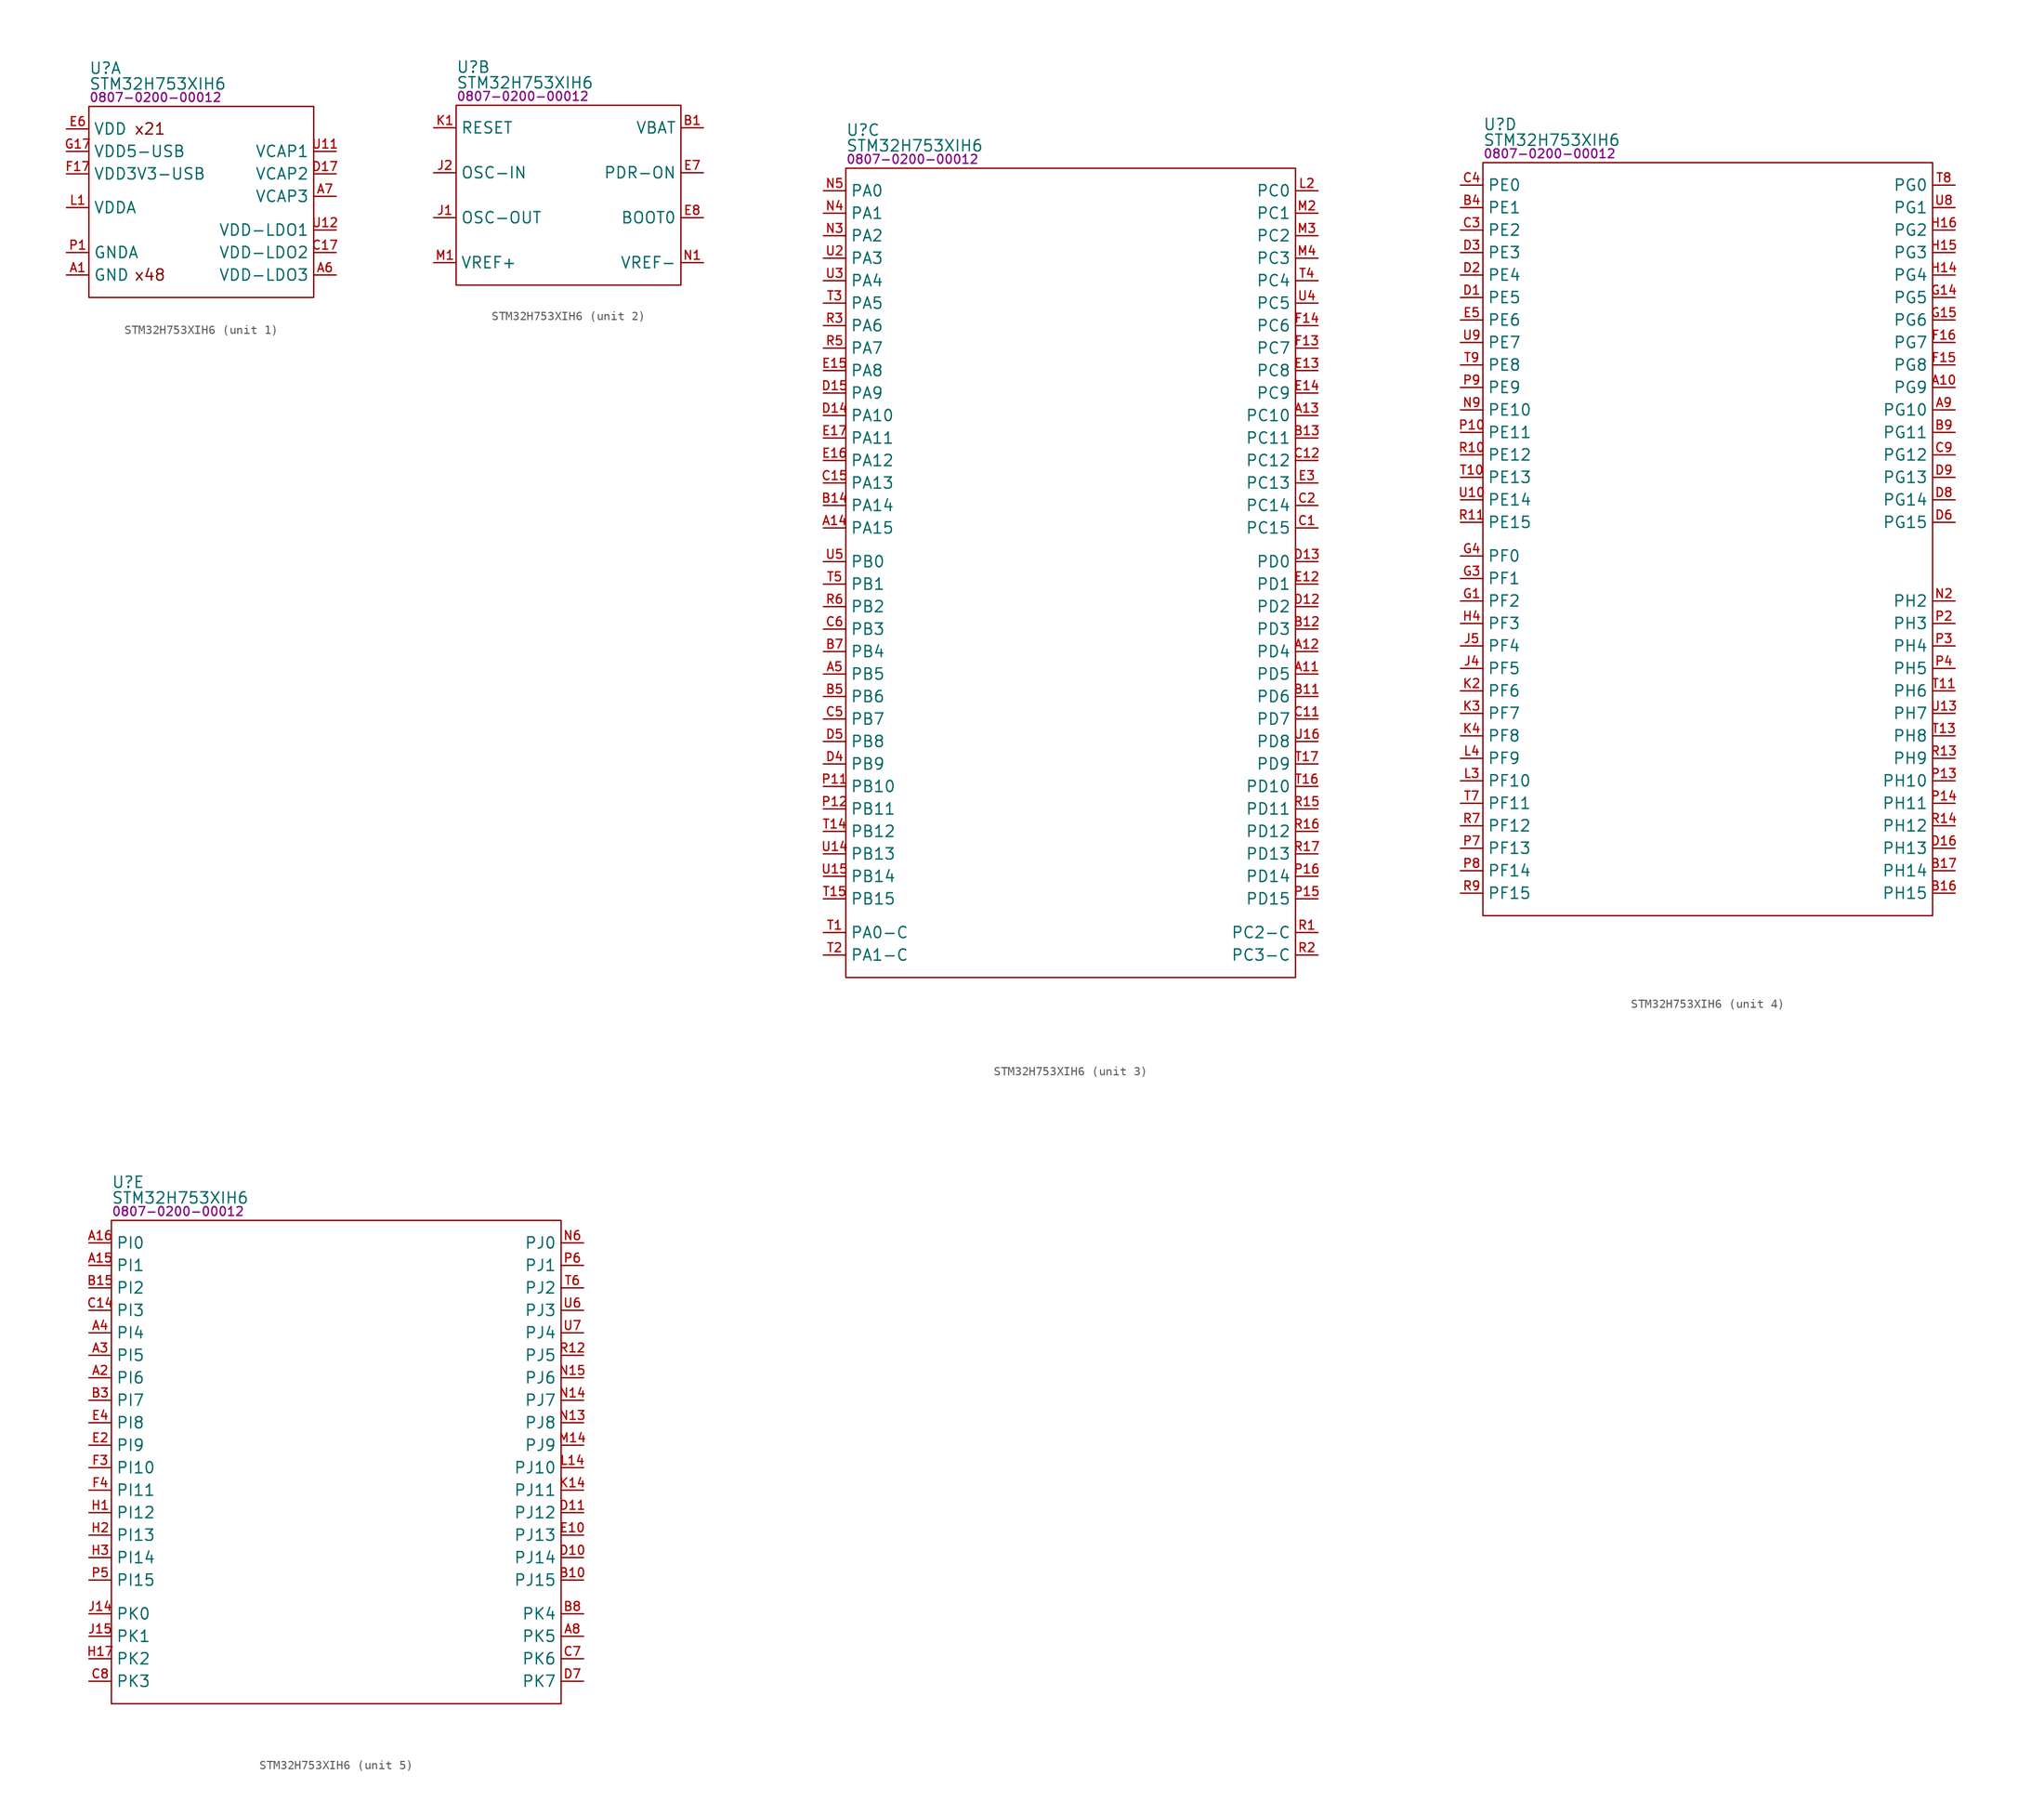
<source format=kicad_sym>
(kicad_symbol_lib
  (version 20231120)
  (generator "kicad_symbol_editor")
  (generator_version "8.0")
  (symbol "STM32H753XIH6"
    (property "Reference" "U"
      (at 0 4.318 0)
      (effects (font (size 1.27 1.27)) (justify left)))
    (property "Value" "STM32H753XIH6"
      (at 0 2.54 0)
      (effects (font (size 1.27 1.27)) (justify left)))
    (property "PartNumber" "0807-0200-00012"
      (at 0 1.016 0)
      (effects (font (size 1 1)) (justify left)))
    (symbol "STM32H753XIH6_1_0"
      (pin power_in line (at -2.54 -19.05 0) (length 2.54) (name "GND" (effects (font (size 1.27 1.27)))) (number "A1" (effects (font (size 1 1)))))
      (pin power_in line (at -2.54 -19.05 0) (length 2.54) hide (name "GND" (effects (font (size 1.27 1.27)))) (number "A17" (effects (font (size 1 1)))))
      (pin power_in line (at 27.94 -19.05 180) (length 2.54) (name "VDD-LDO3" (effects (font (size 1.27 1.27)))) (number "A6" (effects (font (size 1 1)))))
      (pin power_out line (at 27.94 -10.16 180) (length 2.54) (name "VCAP3" (effects (font (size 1.27 1.27)))) (number "A7" (effects (font (size 1 1)))))
      (pin power_in line (at -2.54 -19.05 0) (length 2.54) hide (name "GND" (effects (font (size 1.27 1.27)))) (number "B2" (effects (font (size 1 1)))))
      (pin power_in line (at -2.54 -19.05 0) (length 2.54) hide (name "GND" (effects (font (size 1.27 1.27)))) (number "B6" (effects (font (size 1 1)))))
      (pin power_in line (at -2.54 -19.05 0) (length 2.54) hide (name "GND" (effects (font (size 1.27 1.27)))) (number "C10" (effects (font (size 1 1)))))
      (pin power_in line (at -2.54 -19.05 0) (length 2.54) hide (name "GND" (effects (font (size 1.27 1.27)))) (number "C13" (effects (font (size 1 1)))))
      (pin power_in line (at -2.54 -19.05 0) (length 2.54) hide (name "GND" (effects (font (size 1.27 1.27)))) (number "C16" (effects (font (size 1 1)))))
      (pin power_in line (at 27.94 -16.51 180) (length 2.54) (name "VDD-LDO2" (effects (font (size 1.27 1.27)))) (number "C17" (effects (font (size 1 1)))))
      (pin power_out line (at 27.94 -7.62 180) (length 2.54) (name "VCAP2" (effects (font (size 1.27 1.27)))) (number "D17" (effects (font (size 1 1)))))
      (pin no_connect line (at 12.7 -2.54 0) (length 2.54) hide (name "NC" (effects (font (size 1.27 1.27)))) (number "E1" (effects (font (size 1 1)))))
      (pin power_in line (at -2.54 -2.54 0) (length 2.54) hide (name "VDD" (effects (font (size 1.27 1.27)))) (number "E11" (effects (font (size 1 1)))))
      (pin power_in line (at -2.54 -2.54 0) (length 2.54) (name "VDD" (effects (font (size 1.27 1.27)))) (number "E6" (effects (font (size 1 1)))))
      (pin power_in line (at -2.54 -2.54 0) (length 2.54) hide (name "VDD" (effects (font (size 1.27 1.27)))) (number "E9" (effects (font (size 1 1)))))
      (pin power_in line (at -2.54 -19.05 0) (length 2.54) hide (name "GND" (effects (font (size 1.27 1.27)))) (number "F1" (effects (font (size 1 1)))))
      (pin power_in line (at -2.54 -7.62 0) (length 2.54) (name "VDD3V3-USB" (effects (font (size 1.27 1.27)))) (number "F17" (effects (font (size 1 1)))))
      (pin power_in line (at -2.54 -19.05 0) (length 2.54) hide (name "GND" (effects (font (size 1.27 1.27)))) (number "F2" (effects (font (size 1 1)))))
      (pin power_in line (at -2.54 -2.54 0) (length 2.54) hide (name "VDD" (effects (font (size 1.27 1.27)))) (number "F5" (effects (font (size 1 1)))))
      (pin power_in line (at -2.54 -19.05 0) (length 2.54) hide (name "GND" (effects (font (size 1.27 1.27)))) (number "G10" (effects (font (size 1 1)))))
      (pin power_in line (at -2.54 -19.05 0) (length 2.54) hide (name "GND" (effects (font (size 1.27 1.27)))) (number "G11" (effects (font (size 1 1)))))
      (pin power_in line (at -2.54 -2.54 0) (length 2.54) hide (name "VDD" (effects (font (size 1.27 1.27)))) (number "G13" (effects (font (size 1 1)))))
      (pin power_in line (at -2.54 -19.05 0) (length 2.54) hide (name "GND" (effects (font (size 1.27 1.27)))) (number "G16" (effects (font (size 1 1)))))
      (pin power_in line (at -2.54 -5.08 0) (length 2.54) (name "VDD5-USB" (effects (font (size 1.27 1.27)))) (number "G17" (effects (font (size 1 1)))))
      (pin power_in line (at -2.54 -19.05 0) (length 2.54) hide (name "GND" (effects (font (size 1.27 1.27)))) (number "G2" (effects (font (size 1 1)))))
      (pin power_in line (at -2.54 -2.54 0) (length 2.54) hide (name "VDD" (effects (font (size 1.27 1.27)))) (number "G5" (effects (font (size 1 1)))))
      (pin power_in line (at -2.54 -19.05 0) (length 2.54) hide (name "GND" (effects (font (size 1.27 1.27)))) (number "G7" (effects (font (size 1 1)))))
      (pin power_in line (at -2.54 -19.05 0) (length 2.54) hide (name "GND" (effects (font (size 1.27 1.27)))) (number "G8" (effects (font (size 1 1)))))
      (pin power_in line (at -2.54 -19.05 0) (length 2.54) hide (name "GND" (effects (font (size 1.27 1.27)))) (number "G9" (effects (font (size 1 1)))))
      (pin power_in line (at -2.54 -19.05 0) (length 2.54) hide (name "GND" (effects (font (size 1.27 1.27)))) (number "H10" (effects (font (size 1 1)))))
      (pin power_in line (at -2.54 -19.05 0) (length 2.54) hide (name "GND" (effects (font (size 1.27 1.27)))) (number "H11" (effects (font (size 1 1)))))
      (pin power_in line (at -2.54 -2.54 0) (length 2.54) hide (name "VDD" (effects (font (size 1.27 1.27)))) (number "H13" (effects (font (size 1 1)))))
      (pin power_in line (at -2.54 -2.54 0) (length 2.54) hide (name "VDD" (effects (font (size 1.27 1.27)))) (number "H5" (effects (font (size 1 1)))))
      (pin power_in line (at -2.54 -19.05 0) (length 2.54) hide (name "GND" (effects (font (size 1.27 1.27)))) (number "H7" (effects (font (size 1 1)))))
      (pin power_in line (at -2.54 -19.05 0) (length 2.54) hide (name "GND" (effects (font (size 1.27 1.27)))) (number "H8" (effects (font (size 1 1)))))
      (pin power_in line (at -2.54 -19.05 0) (length 2.54) hide (name "GND" (effects (font (size 1.27 1.27)))) (number "H9" (effects (font (size 1 1)))))
      (pin power_in line (at -2.54 -19.05 0) (length 2.54) hide (name "GND" (effects (font (size 1.27 1.27)))) (number "J10" (effects (font (size 1 1)))))
      (pin power_in line (at -2.54 -19.05 0) (length 2.54) hide (name "GND" (effects (font (size 1.27 1.27)))) (number "J11" (effects (font (size 1 1)))))
      (pin power_in line (at -2.54 -2.54 0) (length 2.54) hide (name "VDD" (effects (font (size 1.27 1.27)))) (number "J13" (effects (font (size 1 1)))))
      (pin power_in line (at -2.54 -19.05 0) (length 2.54) hide (name "GND" (effects (font (size 1.27 1.27)))) (number "J16" (effects (font (size 1 1)))))
      (pin power_in line (at -2.54 -19.05 0) (length 2.54) hide (name "GND" (effects (font (size 1.27 1.27)))) (number "J17" (effects (font (size 1 1)))))
      (pin power_in line (at -2.54 -19.05 0) (length 2.54) hide (name "GND" (effects (font (size 1.27 1.27)))) (number "J3" (effects (font (size 1 1)))))
      (pin power_in line (at -2.54 -19.05 0) (length 2.54) hide (name "GND" (effects (font (size 1.27 1.27)))) (number "J7" (effects (font (size 1 1)))))
      (pin power_in line (at -2.54 -19.05 0) (length 2.54) hide (name "GND" (effects (font (size 1.27 1.27)))) (number "J8" (effects (font (size 1 1)))))
      (pin power_in line (at -2.54 -19.05 0) (length 2.54) hide (name "GND" (effects (font (size 1.27 1.27)))) (number "J9" (effects (font (size 1 1)))))
      (pin power_in line (at -2.54 -19.05 0) (length 2.54) hide (name "GND" (effects (font (size 1.27 1.27)))) (number "K10" (effects (font (size 1 1)))))
      (pin power_in line (at -2.54 -19.05 0) (length 2.54) hide (name "GND" (effects (font (size 1.27 1.27)))) (number "K11" (effects (font (size 1 1)))))
      (pin power_in line (at -2.54 -2.54 0) (length 2.54) hide (name "VDD" (effects (font (size 1.27 1.27)))) (number "K13" (effects (font (size 1 1)))))
      (pin power_in line (at -2.54 -19.05 0) (length 2.54) hide (name "GND" (effects (font (size 1.27 1.27)))) (number "K15" (effects (font (size 1 1)))))
      (pin no_connect line (at 12.7 -2.54 0) (length 2.54) hide (name "NC" (effects (font (size 1.27 1.27)))) (number "K16" (effects (font (size 1 1)))))
      (pin no_connect line (at 12.7 -2.54 0) (length 2.54) hide (name "NC" (effects (font (size 1.27 1.27)))) (number "K17" (effects (font (size 1 1)))))
      (pin power_in line (at -2.54 -2.54 0) (length 2.54) hide (name "VDD" (effects (font (size 1.27 1.27)))) (number "K5" (effects (font (size 1 1)))))
      (pin power_in line (at -2.54 -19.05 0) (length 2.54) hide (name "GND" (effects (font (size 1.27 1.27)))) (number "K7" (effects (font (size 1 1)))))
      (pin power_in line (at -2.54 -19.05 0) (length 2.54) hide (name "GND" (effects (font (size 1.27 1.27)))) (number "K8" (effects (font (size 1 1)))))
      (pin power_in line (at -2.54 -19.05 0) (length 2.54) hide (name "GND" (effects (font (size 1.27 1.27)))) (number "K9" (effects (font (size 1 1)))))
      (pin power_in line (at -2.54 -11.43 0) (length 2.54) (name "VDDA" (effects (font (size 1.27 1.27)))) (number "L1" (effects (font (size 1 1)))))
      (pin power_in line (at -2.54 -19.05 0) (length 2.54) hide (name "GND" (effects (font (size 1.27 1.27)))) (number "L10" (effects (font (size 1 1)))))
      (pin power_in line (at -2.54 -19.05 0) (length 2.54) hide (name "GND" (effects (font (size 1.27 1.27)))) (number "L11" (effects (font (size 1 1)))))
      (pin power_in line (at -2.54 -2.54 0) (length 2.54) hide (name "VDD" (effects (font (size 1.27 1.27)))) (number "L13" (effects (font (size 1 1)))))
      (pin power_in line (at -2.54 -19.05 0) (length 2.54) hide (name "GND" (effects (font (size 1.27 1.27)))) (number "L15" (effects (font (size 1 1)))))
      (pin no_connect line (at 12.7 -2.54 0) (length 2.54) hide (name "NC" (effects (font (size 1.27 1.27)))) (number "L16" (effects (font (size 1 1)))))
      (pin no_connect line (at 12.7 -2.54 0) (length 2.54) hide (name "NC" (effects (font (size 1.27 1.27)))) (number "L17" (effects (font (size 1 1)))))
      (pin power_in line (at -2.54 -2.54 0) (length 2.54) hide (name "VDD" (effects (font (size 1.27 1.27)))) (number "L5" (effects (font (size 1 1)))))
      (pin power_in line (at -2.54 -19.05 0) (length 2.54) hide (name "GND" (effects (font (size 1.27 1.27)))) (number "L7" (effects (font (size 1 1)))))
      (pin power_in line (at -2.54 -19.05 0) (length 2.54) hide (name "GND" (effects (font (size 1.27 1.27)))) (number "L8" (effects (font (size 1 1)))))
      (pin power_in line (at -2.54 -19.05 0) (length 2.54) hide (name "GND" (effects (font (size 1.27 1.27)))) (number "L9" (effects (font (size 1 1)))))
      (pin power_in line (at -2.54 -2.54 0) (length 2.54) hide (name "VDD" (effects (font (size 1.27 1.27)))) (number "M13" (effects (font (size 1 1)))))
      (pin power_in line (at -2.54 -19.05 0) (length 2.54) hide (name "GND" (effects (font (size 1.27 1.27)))) (number "M15" (effects (font (size 1 1)))))
      (pin no_connect line (at 12.7 -2.54 0) (length 2.54) hide (name "NC" (effects (font (size 1.27 1.27)))) (number "M16" (effects (font (size 1 1)))))
      (pin no_connect line (at 12.7 -2.54 0) (length 2.54) hide (name "NC" (effects (font (size 1.27 1.27)))) (number "M17" (effects (font (size 1 1)))))
      (pin power_in line (at -2.54 -2.54 0) (length 2.54) hide (name "VDD" (effects (font (size 1.27 1.27)))) (number "M5" (effects (font (size 1 1)))))
      (pin power_in line (at -2.54 -2.54 0) (length 2.54) hide (name "VDD" (effects (font (size 1.27 1.27)))) (number "N10" (effects (font (size 1 1)))))
      (pin power_in line (at -2.54 -2.54 0) (length 2.54) hide (name "VDD" (effects (font (size 1.27 1.27)))) (number "N11" (effects (font (size 1 1)))))
      (pin power_in line (at -2.54 -2.54 0) (length 2.54) hide (name "VDD" (effects (font (size 1.27 1.27)))) (number "N12" (effects (font (size 1 1)))))
      (pin power_in line (at -2.54 -19.05 0) (length 2.54) hide (name "GND" (effects (font (size 1.27 1.27)))) (number "N16" (effects (font (size 1 1)))))
      (pin no_connect line (at 12.7 -2.54 0) (length 2.54) hide (name "NC" (effects (font (size 1.27 1.27)))) (number "N17" (effects (font (size 1 1)))))
      (pin power_in line (at -2.54 -2.54 0) (length 2.54) hide (name "VDD" (effects (font (size 1.27 1.27)))) (number "N7" (effects (font (size 1 1)))))
      (pin power_in line (at -2.54 -2.54 0) (length 2.54) hide (name "VDD" (effects (font (size 1.27 1.27)))) (number "N8" (effects (font (size 1 1)))))
      (pin power_in line (at -2.54 -16.51 0) (length 2.54) (name "GNDA" (effects (font (size 1.27 1.27)))) (number "P1" (effects (font (size 1 1)))))
      (pin power_in line (at -2.54 -2.54 0) (length 2.54) hide (name "VDD" (effects (font (size 1.27 1.27)))) (number "P17" (effects (font (size 1 1)))))
      (pin power_in line (at -2.54 -19.05 0) (length 2.54) hide (name "GND" (effects (font (size 1.27 1.27)))) (number "R4" (effects (font (size 1 1)))))
      (pin power_in line (at -2.54 -19.05 0) (length 2.54) hide (name "GND" (effects (font (size 1.27 1.27)))) (number "R8" (effects (font (size 1 1)))))
      (pin power_in line (at -2.54 -19.05 0) (length 2.54) hide (name "GND" (effects (font (size 1.27 1.27)))) (number "T12" (effects (font (size 1 1)))))
      (pin power_in line (at -2.54 -19.05 0) (length 2.54) hide (name "GND" (effects (font (size 1.27 1.27)))) (number "U1" (effects (font (size 1 1)))))
      (pin power_out line (at 27.94 -5.08 180) (length 2.54) (name "VCAP1" (effects (font (size 1.27 1.27)))) (number "U11" (effects (font (size 1 1)))))
      (pin power_in line (at 27.94 -13.97 180) (length 2.54) (name "VDD-LDO1" (effects (font (size 1.27 1.27)))) (number "U12" (effects (font (size 1 1)))))
      (pin power_in line (at -2.54 -19.05 0) (length 2.54) hide (name "GND" (effects (font (size 1.27 1.27)))) (number "U17" (effects (font (size 1 1))))))
    (symbol "STM32H753XIH6_1_1"
      (rectangle (start 0 0) (end 25.4 -21.59) (stroke (width 0) (type default)) (fill (type none)))
      (text "x21" (at 5.08 -2.54 0) (effects (font (size 1.27 1.27)) (justify left)))
      (text "x48" (at 5.08 -19.05 0) (effects (font (size 1.27 1.27)) (justify left))))
    (symbol "STM32H753XIH6_2_0"
      (pin power_in line (at 27.94 -2.54 180) (length 2.54) (name "VBAT" (effects (font (size 1.27 1.27)))) (number "B1" (effects (font (size 1 1)))))
      (pin input line (at 27.94 -7.62 180) (length 2.54) (name "PDR-ON" (effects (font (size 1.27 1.27)))) (number "E7" (effects (font (size 1 1)))))
      (pin input line (at 27.94 -12.7 180) (length 2.54) (name "BOOT0" (effects (font (size 1.27 1.27)))) (number "E8" (effects (font (size 1 1)))))
      (pin output line (at -2.54 -12.7 0) (length 2.54) (name "OSC-OUT" (effects (font (size 1.27 1.27)))) (number "J1" (effects (font (size 1 1)))))
      (pin input line (at -2.54 -7.62 0) (length 2.54) (name "OSC-IN" (effects (font (size 1.27 1.27)))) (number "J2" (effects (font (size 1 1)))))
      (pin input line (at -2.54 -2.54 0) (length 2.54) (name "RESET" (effects (font (size 1.27 1.27)))) (number "K1" (effects (font (size 1 1)))))
      (pin power_in line (at -2.54 -17.78 0) (length 2.54) (name "VREF+" (effects (font (size 1.27 1.27)))) (number "M1" (effects (font (size 1 1)))))
      (pin power_in line (at 27.94 -17.78 180) (length 2.54) (name "VREF-" (effects (font (size 1.27 1.27)))) (number "N1" (effects (font (size 1 1))))))
    (symbol "STM32H753XIH6_2_1"
      (rectangle (start 0 0) (end 25.4 -20.32) (stroke (width 0) (type default)) (fill (type none))))
    (symbol "STM32H753XIH6_3_0"
      (pin bidirectional line (at 53.34 -57.15 180) (length 2.54) (name "PD5" (effects (font (size 1.27 1.27)))) (number "A11" (effects (font (size 1 1)))) (alternate "FMC-NWE" bidirectional line) (alternate "HRTIM-EEV3" bidirectional line) (alternate "USART2-TX" bidirectional line))
      (pin bidirectional line (at 53.34 -54.61 180) (length 2.54) (name "PD4" (effects (font (size 1.27 1.27)))) (number "A12" (effects (font (size 1 1)))) (alternate "FMC-NOE" bidirectional line) (alternate "HRTIM-FLT3" bidirectional line) (alternate "SAI3-FS-A" bidirectional line) (alternate "USART2-DE" bidirectional line) (alternate "USART2-RTS" bidirectional line))
      (pin bidirectional line (at 53.34 -27.94 180) (length 2.54) (name "PC10" (effects (font (size 1.27 1.27)))) (number "A13" (effects (font (size 1 1)))) (alternate "DCMI-D8" bidirectional line) (alternate "DFSDM1-CKIN5" bidirectional line) (alternate "HRTIM-EEV1" bidirectional line) (alternate "I2S3-CK" bidirectional line) (alternate "LTDC-R2" bidirectional line) (alternate "QUADSPI-BK1-IO1" bidirectional line) (alternate "SDMMC1-D2" bidirectional line) (alternate "SPI3-SCK" bidirectional line) (alternate "UART4-TX" bidirectional line) (alternate "USART3-TX" bidirectional line))
      (pin bidirectional line (at -2.54 -40.64 0) (length 2.54) (name "PA15" (effects (font (size 1.27 1.27)))) (number "A14" (effects (font (size 1 1)))) (alternate "ADC1-EXTI15" bidirectional line) (alternate "ADC2-EXTI15" bidirectional line) (alternate "ADC3-EXTI15" bidirectional line) (alternate "CEC" bidirectional line) (alternate "DEBUG-JTDI" bidirectional line) (alternate "HRTIM-FLT1" bidirectional line) (alternate "I2S1-WS" bidirectional line) (alternate "I2S3-WS" bidirectional line) (alternate "SPI1-S\\S\\" bidirectional line) (alternate "SPI3-S\\S\\" bidirectional line) (alternate "SPI6-S\\S\\" bidirectional line) (alternate "TIM2-CH1" bidirectional line) (alternate "TIM2-ETR" bidirectional line) (alternate "UART4-DE" bidirectional line) (alternate "UART4-RTS" bidirectional line) (alternate "UART7-TX" bidirectional line))
      (pin bidirectional line (at -2.54 -57.15 0) (length 2.54) (name "PB5" (effects (font (size 1.27 1.27)))) (number "A5" (effects (font (size 1 1)))) (alternate "DCMI-D10" bidirectional line) (alternate "ETH-PPS-OUT" bidirectional line) (alternate "FDCAN2-RX" bidirectional line) (alternate "FMC-SDCKE1" bidirectional line) (alternate "HRTIM-EEV7" bidirectional line) (alternate "I2C1-SMBA" bidirectional line) (alternate "I2C4-SMBA" bidirectional line) (alternate "I2S1-SDO" bidirectional line) (alternate "I2S3-SDO" bidirectional line) (alternate "SPI1-COPI" bidirectional line) (alternate "SPI3-COPI" bidirectional line) (alternate "SPI6-COPI" bidirectional line) (alternate "TIM17-BKIN" bidirectional line) (alternate "TIM3-CH2" bidirectional line) (alternate "UART5-RX" bidirectional line) (alternate "USB-OTG-HS-ULPI-D7" bidirectional line))
      (pin bidirectional line (at 53.34 -59.69 180) (length 2.54) (name "PD6" (effects (font (size 1.27 1.27)))) (number "B11" (effects (font (size 1 1)))) (alternate "DCMI-D10" bidirectional line) (alternate "DFSDM1-CKIN4" bidirectional line) (alternate "DFSDM1-DATIN1" bidirectional line) (alternate "FMC-W\\A\\I\\T\\" bidirectional line) (alternate "I2S3-SDO" bidirectional line) (alternate "LTDC-B2" bidirectional line) (alternate "SAI1-D1" bidirectional line) (alternate "SAI1-SD-A" bidirectional line) (alternate "SAI4-D1" bidirectional line) (alternate "SAI4-SD-A" bidirectional line) (alternate "SDMMC2-CK" bidirectional line) (alternate "SPI3-COPI" bidirectional line) (alternate "USART2-RX" bidirectional line))
      (pin bidirectional line (at 53.34 -52.07 180) (length 2.54) (name "PD3" (effects (font (size 1.27 1.27)))) (number "B12" (effects (font (size 1 1)))) (alternate "DCMI-D5" bidirectional line) (alternate "DFSDM1-CKOUT" bidirectional line) (alternate "FMC-CLK" bidirectional line) (alternate "I2S2-CK" bidirectional line) (alternate "LTDC-G7" bidirectional line) (alternate "SPI2-SCK" bidirectional line) (alternate "USART2-CTS" bidirectional line) (alternate "USART2-S\\S\\" bidirectional line))
      (pin bidirectional line (at 53.34 -30.48 180) (length 2.54) (name "PC11" (effects (font (size 1.27 1.27)))) (number "B13" (effects (font (size 1 1)))) (alternate "ADC1-EXTI11" bidirectional line) (alternate "ADC2-EXTI11" bidirectional line) (alternate "ADC3-EXTI11" bidirectional line) (alternate "DCMI-D4" bidirectional line) (alternate "DFSDM1-DATIN5" bidirectional line) (alternate "HRTIM-FLT2" bidirectional line) (alternate "I2S3-SDI" bidirectional line) (alternate "QUADSPI-BK2-NCS" bidirectional line) (alternate "SDMMC1-D3" bidirectional line) (alternate "SPI3-CIPO" bidirectional line) (alternate "UART4-RX" bidirectional line) (alternate "USART3-RX" bidirectional line))
      (pin bidirectional line (at -2.54 -38.1 0) (length 2.54) (name "PA14" (effects (font (size 1.27 1.27)))) (number "B14" (effects (font (size 1 1)))) (alternate "DEBUG-JTCK" bidirectional line) (alternate "SWCLK" bidirectional line))
      (pin bidirectional line (at -2.54 -59.69 0) (length 2.54) (name "PB6" (effects (font (size 1.27 1.27)))) (number "B5" (effects (font (size 1 1)))) (alternate "CEC" bidirectional line) (alternate "DCMI-D5" bidirectional line) (alternate "DFSDM1-DATIN5" bidirectional line) (alternate "FDCAN2-TX" bidirectional line) (alternate "FMC-SDNE1" bidirectional line) (alternate "HRTIM-EEV8" bidirectional line) (alternate "I2C1-SCL" bidirectional line) (alternate "I2C4-SCL" bidirectional line) (alternate "LPUART1-TX" bidirectional line) (alternate "QUADSPI-BK1-NCS" bidirectional line) (alternate "TIM16-CH1N" bidirectional line) (alternate "TIM4-CH1" bidirectional line) (alternate "UART5-TX" bidirectional line) (alternate "USART1-TX" bidirectional line))
      (pin bidirectional line (at -2.54 -54.61 0) (length 2.54) (name "PB4" (effects (font (size 1.27 1.27)))) (number "B7" (effects (font (size 1 1)))) (alternate "DEBUG-JTRST" bidirectional line) (alternate "HRTIM-EEV6" bidirectional line) (alternate "I2S1-SDI" bidirectional line) (alternate "I2S2-WS" bidirectional line) (alternate "I2S3-SDI" bidirectional line) (alternate "SDMMC2-D3" bidirectional line) (alternate "SPI1-CIPO" bidirectional line) (alternate "SPI2-S\\S\\" bidirectional line) (alternate "SPI3-CIPO" bidirectional line) (alternate "SPI6-CIPO" bidirectional line) (alternate "TIM16-BKIN" bidirectional line) (alternate "TIM3-CH1" bidirectional line) (alternate "UART7-TX" bidirectional line))
      (pin bidirectional line (at 53.34 -40.64 180) (length 2.54) (name "PC15" (effects (font (size 1.27 1.27)))) (number "C1" (effects (font (size 1 1)))) (alternate "ADC1-EXTI15" bidirectional line) (alternate "ADC2-EXTI15" bidirectional line) (alternate "ADC3-EXTI15" bidirectional line) (alternate "RCC-OSC32-OUT" bidirectional line))
      (pin bidirectional line (at 53.34 -62.23 180) (length 2.54) (name "PD7" (effects (font (size 1.27 1.27)))) (number "C11" (effects (font (size 1 1)))) (alternate "DFSDM1-CKIN1" bidirectional line) (alternate "DFSDM1-DATIN4" bidirectional line) (alternate "FMC-NE1" bidirectional line) (alternate "I2S1-SDO" bidirectional line) (alternate "SDMMC2-CMD" bidirectional line) (alternate "SPDIFRX1-IN0" bidirectional line) (alternate "SPI1-COPI" bidirectional line) (alternate "USART2-CK" bidirectional line))
      (pin bidirectional line (at 53.34 -33.02 180) (length 2.54) (name "PC12" (effects (font (size 1.27 1.27)))) (number "C12" (effects (font (size 1 1)))) (alternate "DCMI-D9" bidirectional line) (alternate "DEBUG-TRACED3" bidirectional line) (alternate "HRTIM-EEV2" bidirectional line) (alternate "I2S3-SDO" bidirectional line) (alternate "SDMMC1-CK" bidirectional line) (alternate "SPI3-COPI" bidirectional line) (alternate "UART5-TX" bidirectional line) (alternate "USART3-CK" bidirectional line))
      (pin bidirectional line (at -2.54 -35.56 0) (length 2.54) (name "PA13" (effects (font (size 1.27 1.27)))) (number "C15" (effects (font (size 1 1)))) (alternate "DEBUG-JTMS" bidirectional line) (alternate "SWDIO" bidirectional line))
      (pin bidirectional line (at 53.34 -38.1 180) (length 2.54) (name "PC14" (effects (font (size 1.27 1.27)))) (number "C2" (effects (font (size 1 1)))) (alternate "RCC-OSC32-IN" bidirectional line))
      (pin bidirectional line (at -2.54 -62.23 0) (length 2.54) (name "PB7" (effects (font (size 1.27 1.27)))) (number "C5" (effects (font (size 1 1)))) (alternate "DCMI-VSYNC" bidirectional line) (alternate "DFSDM1-CKIN5" bidirectional line) (alternate "FMC-NL" bidirectional line) (alternate "HRTIM-EEV9" bidirectional line) (alternate "I2C1-SDA" bidirectional line) (alternate "I2C4-SDA" bidirectional line) (alternate "LPUART1-RX" bidirectional line) (alternate "PWR-PVD-IN" bidirectional line) (alternate "TIM17-CH1N" bidirectional line) (alternate "TIM4-CH2" bidirectional line) (alternate "USART1-RX" bidirectional line))
      (pin bidirectional line (at -2.54 -52.07 0) (length 2.54) (name "PB3" (effects (font (size 1.27 1.27)))) (number "C6" (effects (font (size 1 1)))) (alternate "CRS-SYNC" bidirectional line) (alternate "DEBUG-JTDO" bidirectional line) (alternate "HRTIM-FLT4" bidirectional line) (alternate "I2S1-CK" bidirectional line) (alternate "I2S3-CK" bidirectional line) (alternate "SDMMC2-D2" bidirectional line) (alternate "SPI1-SCK" bidirectional line) (alternate "SPI3-SCK" bidirectional line) (alternate "SPI6-SCK" bidirectional line) (alternate "SWO" bidirectional line) (alternate "TIM2-CH2" bidirectional line) (alternate "UART7-RX" bidirectional line))
      (pin bidirectional line (at 53.34 -49.53 180) (length 2.54) (name "PD2" (effects (font (size 1.27 1.27)))) (number "D12" (effects (font (size 1 1)))) (alternate "DCMI-D11" bidirectional line) (alternate "DEBUG-TRACED2" bidirectional line) (alternate "SDMMC1-CMD" bidirectional line) (alternate "TIM3-ETR" bidirectional line) (alternate "UART5-RX" bidirectional line))
      (pin bidirectional line (at 53.34 -44.45 180) (length 2.54) (name "PD0" (effects (font (size 1.27 1.27)))) (number "D13" (effects (font (size 1 1)))) (alternate "DFSDM1-CKIN6" bidirectional line) (alternate "FDCAN1-RX" bidirectional line) (alternate "FMC-D2" bidirectional line) (alternate "FMC-DA2" bidirectional line) (alternate "SAI3-SCK-A" bidirectional line) (alternate "UART4-RX" bidirectional line))
      (pin bidirectional line (at -2.54 -27.94 0) (length 2.54) (name "PA10" (effects (font (size 1.27 1.27)))) (number "D14" (effects (font (size 1 1)))) (alternate "DCMI-D1" bidirectional line) (alternate "HRTIM-CHC2" bidirectional line) (alternate "LPUART1-RX" bidirectional line) (alternate "LTDC-B1" bidirectional line) (alternate "LTDC-B4" bidirectional line) (alternate "MDIOS-MDIO" bidirectional line) (alternate "TIM1-CH3" bidirectional line) (alternate "USART1-RX" bidirectional line) (alternate "USB-OTG-FS-ID" bidirectional line))
      (pin bidirectional line (at -2.54 -25.4 0) (length 2.54) (name "PA9" (effects (font (size 1.27 1.27)))) (number "D15" (effects (font (size 1 1)))) (alternate "DAC1-EXTI9" bidirectional line) (alternate "DCMI-D0" bidirectional line) (alternate "ETH-TX-ER" bidirectional line) (alternate "HRTIM-CHC1" bidirectional line) (alternate "I2C3-SMBA" bidirectional line) (alternate "I2S2-CK" bidirectional line) (alternate "LPUART1-TX" bidirectional line) (alternate "LTDC-R5" bidirectional line) (alternate "SPI2-SCK" bidirectional line) (alternate "TIM1-CH2" bidirectional line) (alternate "USART1-TX" bidirectional line) (alternate "USB-OTG-FS-VBUS" bidirectional line))
      (pin bidirectional line (at -2.54 -67.31 0) (length 2.54) (name "PB9" (effects (font (size 1.27 1.27)))) (number "D4" (effects (font (size 1 1)))) (alternate "DAC1-EXTI9" bidirectional line) (alternate "DCMI-D7" bidirectional line) (alternate "DFSDM1-DATIN7" bidirectional line) (alternate "FDCAN1-TX" bidirectional line) (alternate "I2C1-SDA" bidirectional line) (alternate "I2C4-SDA" bidirectional line) (alternate "I2C4-SMBA" bidirectional line) (alternate "I2S2-WS" bidirectional line) (alternate "LTDC-B7" bidirectional line) (alternate "SDMMC1-CDIR" bidirectional line) (alternate "SDMMC1-D5" bidirectional line) (alternate "SDMMC2-D5" bidirectional line) (alternate "SPI2-S\\S\\" bidirectional line) (alternate "TIM17-CH1" bidirectional line) (alternate "TIM4-CH4" bidirectional line) (alternate "UART4-TX" bidirectional line))
      (pin bidirectional line (at -2.54 -64.77 0) (length 2.54) (name "PB8" (effects (font (size 1.27 1.27)))) (number "D5" (effects (font (size 1 1)))) (alternate "DCMI-D6" bidirectional line) (alternate "DFSDM1-CKIN7" bidirectional line) (alternate "ETH-TXD3" bidirectional line) (alternate "FDCAN1-RX" bidirectional line) (alternate "I2C1-SCL" bidirectional line) (alternate "I2C4-SCL" bidirectional line) (alternate "LTDC-B6" bidirectional line) (alternate "SDMMC1-CKIN" bidirectional line) (alternate "SDMMC1-D4" bidirectional line) (alternate "SDMMC2-D4" bidirectional line) (alternate "TIM16-CH1" bidirectional line) (alternate "TIM4-CH3" bidirectional line) (alternate "UART4-RX" bidirectional line))
      (pin bidirectional line (at 53.34 -46.99 180) (length 2.54) (name "PD1" (effects (font (size 1.27 1.27)))) (number "E12" (effects (font (size 1 1)))) (alternate "DFSDM1-DATIN6" bidirectional line) (alternate "FDCAN1-TX" bidirectional line) (alternate "FMC-D3" bidirectional line) (alternate "FMC-DA3" bidirectional line) (alternate "SAI3-SD-A" bidirectional line) (alternate "UART4-TX" bidirectional line))
      (pin bidirectional line (at 53.34 -22.86 180) (length 2.54) (name "PC8" (effects (font (size 1.27 1.27)))) (number "E13" (effects (font (size 1 1)))) (alternate "DCMI-D2" bidirectional line) (alternate "DEBUG-TRACED1" bidirectional line) (alternate "FMC-NCE" bidirectional line) (alternate "FMC-NE2" bidirectional line) (alternate "HRTIM-CHB1" bidirectional line) (alternate "SDMMC1-D0" bidirectional line) (alternate "SWPMI1-RX" bidirectional line) (alternate "TIM3-CH3" bidirectional line) (alternate "TIM8-CH3" bidirectional line) (alternate "UART5-DE" bidirectional line) (alternate "UART5-RTS" bidirectional line) (alternate "USART6-CK" bidirectional line))
      (pin bidirectional line (at 53.34 -25.4 180) (length 2.54) (name "PC9" (effects (font (size 1.27 1.27)))) (number "E14" (effects (font (size 1 1)))) (alternate "DAC1-EXTI9" bidirectional line) (alternate "DCMI-D3" bidirectional line) (alternate "I2C3-SDA" bidirectional line) (alternate "I2S-CKIN" bidirectional line) (alternate "LTDC-B2" bidirectional line) (alternate "LTDC-G3" bidirectional line) (alternate "QUADSPI-BK1-IO0" bidirectional line) (alternate "RCC-MCO-2" bidirectional line) (alternate "SDMMC1-D1" bidirectional line) (alternate "SWPMI1-SUSPEND" bidirectional line) (alternate "TIM3-CH4" bidirectional line) (alternate "TIM8-CH4" bidirectional line) (alternate "UART5-CTS" bidirectional line))
      (pin bidirectional line (at -2.54 -22.86 0) (length 2.54) (name "PA8" (effects (font (size 1.27 1.27)))) (number "E15" (effects (font (size 1 1)))) (alternate "HRTIM-CHB2" bidirectional line) (alternate "I2C3-SCL" bidirectional line) (alternate "LTDC-B3" bidirectional line) (alternate "LTDC-R6" bidirectional line) (alternate "RCC-MCO-1" bidirectional line) (alternate "TIM1-CH1" bidirectional line) (alternate "TIM8-BKIN2" bidirectional line) (alternate "TIM8-BKIN2-COMP1" bidirectional line) (alternate "TIM8-BKIN2-COMP2" bidirectional line) (alternate "UART7-RX" bidirectional line) (alternate "USART1-CK" bidirectional line) (alternate "USB-OTG-FS-SOF" bidirectional line))
      (pin bidirectional line (at -2.54 -33.02 0) (length 2.54) (name "PA12" (effects (font (size 1.27 1.27)))) (number "E16" (effects (font (size 1 1)))) (alternate "FDCAN1-TX" bidirectional line) (alternate "HRTIM-CHD2" bidirectional line) (alternate "I2S2-CK" bidirectional line) (alternate "LPUART1-DE" bidirectional line) (alternate "LPUART1-RTS" bidirectional line) (alternate "LTDC-R5" bidirectional line) (alternate "SAI2-FS-B" bidirectional line) (alternate "SPI2-SCK" bidirectional line) (alternate "TIM1-ETR" bidirectional line) (alternate "UART4-TX" bidirectional line) (alternate "USART1-DE" bidirectional line) (alternate "USART1-RTS" bidirectional line) (alternate "USB-OTG-FS-D+" bidirectional line))
      (pin bidirectional line (at -2.54 -30.48 0) (length 2.54) (name "PA11" (effects (font (size 1.27 1.27)))) (number "E17" (effects (font (size 1 1)))) (alternate "ADC1-EXTI11" bidirectional line) (alternate "ADC2-EXTI11" bidirectional line) (alternate "ADC3-EXTI11" bidirectional line) (alternate "FDCAN1-RX" bidirectional line) (alternate "HRTIM-CHD1" bidirectional line) (alternate "I2S2-WS" bidirectional line) (alternate "LPUART1-CTS" bidirectional line) (alternate "LTDC-R4" bidirectional line) (alternate "SPI2-S\\S\\" bidirectional line) (alternate "TIM1-CH4" bidirectional line) (alternate "UART4-RX" bidirectional line) (alternate "USART1-CTS" bidirectional line) (alternate "USART1-S\\S\\" bidirectional line) (alternate "USB-OTG-FS-D-" bidirectional line))
      (pin bidirectional line (at 53.34 -35.56 180) (length 2.54) (name "PC13" (effects (font (size 1.27 1.27)))) (number "E3" (effects (font (size 1 1)))) (alternate "PWR-WKUP4" bidirectional line) (alternate "RTC-OUT-ALARM" bidirectional line) (alternate "RTC-OUT-CALIB" bidirectional line) (alternate "RTC-TAMP1" bidirectional line) (alternate "RTC-TS" bidirectional line))
      (pin bidirectional line (at 53.34 -20.32 180) (length 2.54) (name "PC7" (effects (font (size 1.27 1.27)))) (number "F13" (effects (font (size 1 1)))) (alternate "DCMI-D1" bidirectional line) (alternate "DEBUG-TRGIO" bidirectional line) (alternate "DFSDM1-DATIN3" bidirectional line) (alternate "FMC-NE1" bidirectional line) (alternate "HRTIM-CHA2" bidirectional line) (alternate "I2S3-MCK" bidirectional line) (alternate "LTDC-G6" bidirectional line) (alternate "SDMMC1-D123DIR" bidirectional line) (alternate "SDMMC1-D7" bidirectional line) (alternate "SDMMC2-D7" bidirectional line) (alternate "SWPMI1-TX" bidirectional line) (alternate "TIM3-CH2" bidirectional line) (alternate "TIM8-CH2" bidirectional line) (alternate "USART6-RX" bidirectional line))
      (pin bidirectional line (at 53.34 -17.78 180) (length 2.54) (name "PC6" (effects (font (size 1.27 1.27)))) (number "F14" (effects (font (size 1 1)))) (alternate "DCMI-D0" bidirectional line) (alternate "DFSDM1-CKIN3" bidirectional line) (alternate "FMC-W\\A\\I\\T\\" bidirectional line) (alternate "HRTIM-CHA1" bidirectional line) (alternate "I2S2-MCK" bidirectional line) (alternate "LTDC-HSYNC" bidirectional line) (alternate "SDMMC1-D0DIR" bidirectional line) (alternate "SDMMC1-D6" bidirectional line) (alternate "SDMMC2-D6" bidirectional line) (alternate "SWPMI1-IO" bidirectional line) (alternate "TIM3-CH1" bidirectional line) (alternate "TIM8-CH1" bidirectional line) (alternate "USART6-TX" bidirectional line))
      (pin bidirectional line (at 53.34 -2.54 180) (length 2.54) (name "PC0" (effects (font (size 1.27 1.27)))) (number "L2" (effects (font (size 1 1)))) (alternate "ADC1-INP10" bidirectional line) (alternate "ADC2-INP10" bidirectional line) (alternate "ADC3-INP10" bidirectional line) (alternate "DFSDM1-CKIN0" bidirectional line) (alternate "DFSDM1-DATIN4" bidirectional line) (alternate "FMC-SDNWE" bidirectional line) (alternate "LTDC-R5" bidirectional line) (alternate "SAI2-FS-B" bidirectional line) (alternate "USB-OTG-HS-ULPI-STP" bidirectional line))
      (pin bidirectional line (at 53.34 -5.08 180) (length 2.54) (name "PC1" (effects (font (size 1.27 1.27)))) (number "M2" (effects (font (size 1 1)))) (alternate "ADC1-INN10" bidirectional line) (alternate "ADC1-INP11" bidirectional line) (alternate "ADC2-INN10" bidirectional line) (alternate "ADC2-INP11" bidirectional line) (alternate "ADC3-INN10" bidirectional line) (alternate "ADC3-INP11" bidirectional line) (alternate "DEBUG-TRACED0" bidirectional line) (alternate "DFSDM1-CKIN4" bidirectional line) (alternate "DFSDM1-DATIN0" bidirectional line) (alternate "ETH-MDC" bidirectional line) (alternate "I2S2-SDO" bidirectional line) (alternate "MDIOS-MDC" bidirectional line) (alternate "PWR-WKUP6" bidirectional line) (alternate "RTC-TAMP3" bidirectional line) (alternate "SAI1-D1" bidirectional line) (alternate "SAI1-SD-A" bidirectional line) (alternate "SAI4-D1" bidirectional line) (alternate "SAI4-SD-A" bidirectional line) (alternate "SDMMC2-CK" bidirectional line) (alternate "SPI2-COPI" bidirectional line))
      (pin bidirectional line (at 53.34 -7.62 180) (length 2.54) (name "PC2" (effects (font (size 1.27 1.27)))) (number "M3" (effects (font (size 1 1)))) (alternate "ADC1-INN11" bidirectional line) (alternate "ADC1-INP12" bidirectional line) (alternate "ADC2-INN11" bidirectional line) (alternate "ADC2-INP12" bidirectional line) (alternate "ADC3-INN11" bidirectional line) (alternate "ADC3-INP12" bidirectional line) (alternate "DFSDM1-CKIN1" bidirectional line) (alternate "DFSDM1-CKOUT" bidirectional line) (alternate "ETH-TXD2" bidirectional line) (alternate "FMC-SDNE0" bidirectional line) (alternate "I2S2-SDI" bidirectional line) (alternate "PWR-CSTOP" bidirectional line) (alternate "SPI2-CIPO" bidirectional line) (alternate "USB-OTG-HS-ULPI-DIR" bidirectional line))
      (pin bidirectional line (at 53.34 -10.16 180) (length 2.54) (name "PC3" (effects (font (size 1.27 1.27)))) (number "M4" (effects (font (size 1 1)))) (alternate "ADC1-INN12" bidirectional line) (alternate "ADC1-INP13" bidirectional line) (alternate "ADC2-INN12" bidirectional line) (alternate "ADC2-INP13" bidirectional line) (alternate "DFSDM1-DATIN1" bidirectional line) (alternate "ETH-TX-CLK" bidirectional line) (alternate "FMC-SDCKE0" bidirectional line) (alternate "I2S2-SDO" bidirectional line) (alternate "PWR-CSLEEP" bidirectional line) (alternate "SPI2-COPI" bidirectional line) (alternate "USB-OTG-HS-ULPI-NXT" bidirectional line))
      (pin bidirectional line (at -2.54 -7.62 0) (length 2.54) (name "PA2" (effects (font (size 1.27 1.27)))) (number "N3" (effects (font (size 1 1)))) (alternate "ADC1-INP14" bidirectional line) (alternate "ADC2-INP14" bidirectional line) (alternate "ETH-MDIO" bidirectional line) (alternate "LPTIM4-OUT" bidirectional line) (alternate "LTDC-R1" bidirectional line) (alternate "MDIOS-MDIO" bidirectional line) (alternate "PWR-WKUP2" bidirectional line) (alternate "SAI2-SCK-B" bidirectional line) (alternate "TIM15-CH1" bidirectional line) (alternate "TIM2-CH3" bidirectional line) (alternate "TIM5-CH3" bidirectional line) (alternate "USART2-TX" bidirectional line))
      (pin bidirectional line (at -2.54 -5.08 0) (length 2.54) (name "PA1" (effects (font (size 1.27 1.27)))) (number "N4" (effects (font (size 1 1)))) (alternate "ADC1-INN16" bidirectional line) (alternate "ADC1-INP17" bidirectional line) (alternate "ETH-REF-CLK" bidirectional line) (alternate "ETH-RX-CLK" bidirectional line) (alternate "LPTIM3-OUT" bidirectional line) (alternate "LTDC-R2" bidirectional line) (alternate "QUADSPI-BK1-IO3" bidirectional line) (alternate "SAI2-MCLK-B" bidirectional line) (alternate "TIM15-CH1N" bidirectional line) (alternate "TIM2-CH2" bidirectional line) (alternate "TIM5-CH2" bidirectional line) (alternate "UART4-RX" bidirectional line) (alternate "USART2-DE" bidirectional line) (alternate "USART2-RTS" bidirectional line))
      (pin bidirectional line (at -2.54 -2.54 0) (length 2.54) (name "PA0" (effects (font (size 1.27 1.27)))) (number "N5" (effects (font (size 1 1)))) (alternate "ADC1-INP16" bidirectional line) (alternate "ETH-CRS" bidirectional line) (alternate "PWR-WKUP1" bidirectional line) (alternate "SAI2-SD-B" bidirectional line) (alternate "SDMMC2-CMD" bidirectional line) (alternate "TIM15-BKIN" bidirectional line) (alternate "TIM2-CH1" bidirectional line) (alternate "TIM2-ETR" bidirectional line) (alternate "TIM5-CH1" bidirectional line) (alternate "TIM8-ETR" bidirectional line) (alternate "UART4-TX" bidirectional line) (alternate "USART2-CTS" bidirectional line) (alternate "USART2-S\\S\\" bidirectional line))
      (pin bidirectional line (at -2.54 -69.85 0) (length 2.54) (name "PB10" (effects (font (size 1.27 1.27)))) (number "P11" (effects (font (size 1 1)))) (alternate "DFSDM1-DATIN7" bidirectional line) (alternate "ETH-RX-ER" bidirectional line) (alternate "HRTIM-SCOUT" bidirectional line) (alternate "I2C2-SCL" bidirectional line) (alternate "I2S2-CK" bidirectional line) (alternate "LPTIM2-IN1" bidirectional line) (alternate "LTDC-G4" bidirectional line) (alternate "QUADSPI-BK1-NCS" bidirectional line) (alternate "SPI2-SCK" bidirectional line) (alternate "TIM2-CH3" bidirectional line) (alternate "USART3-TX" bidirectional line) (alternate "USB-OTG-HS-ULPI-D3" bidirectional line))
      (pin bidirectional line (at -2.54 -72.39 0) (length 2.54) (name "PB11" (effects (font (size 1.27 1.27)))) (number "P12" (effects (font (size 1 1)))) (alternate "ADC1-EXTI11" bidirectional line) (alternate "ADC2-EXTI11" bidirectional line) (alternate "ADC3-EXTI11" bidirectional line) (alternate "ETH-TX-EN" bidirectional line) (alternate "HRTIM-SCIN" bidirectional line) (alternate "I2C2-SDA" bidirectional line) (alternate "LPTIM2-ETR" bidirectional line) (alternate "LTDC-G5" bidirectional line) (alternate "TIM2-CH4" bidirectional line) (alternate "USART3-RX" bidirectional line) (alternate "USB-OTG-HS-ULPI-D4" bidirectional line))
      (pin bidirectional line (at 53.34 -82.55 180) (length 2.54) (name "PD15" (effects (font (size 1.27 1.27)))) (number "P15" (effects (font (size 1 1)))) (alternate "ADC1-EXTI15" bidirectional line) (alternate "ADC2-EXTI15" bidirectional line) (alternate "ADC3-EXTI15" bidirectional line) (alternate "FMC-D1" bidirectional line) (alternate "FMC-DA1" bidirectional line) (alternate "SAI3-MCLK-A" bidirectional line) (alternate "TIM4-CH4" bidirectional line) (alternate "UART8-DE" bidirectional line) (alternate "UART8-RTS" bidirectional line))
      (pin bidirectional line (at 53.34 -80.01 180) (length 2.54) (name "PD14" (effects (font (size 1.27 1.27)))) (number "P16" (effects (font (size 1 1)))) (alternate "FMC-D0" bidirectional line) (alternate "FMC-DA0" bidirectional line) (alternate "SAI3-MCLK-B" bidirectional line) (alternate "TIM4-CH3" bidirectional line) (alternate "UART8-CTS" bidirectional line))
      (pin bidirectional line (at 53.34 -86.36 180) (length 2.54) (name "PC2-C" (effects (font (size 1.27 1.27)))) (number "R1" (effects (font (size 1 1)))) (alternate "ADC3-INN1" bidirectional line) (alternate "ADC3-INP0" bidirectional line) (alternate "DFSDM1-CKIN1" bidirectional line) (alternate "DFSDM1-CKOUT" bidirectional line) (alternate "ETH-TXD2" bidirectional line) (alternate "FMC-SDNE0" bidirectional line) (alternate "I2S2-SDI" bidirectional line) (alternate "PWR-CSTOP" bidirectional line) (alternate "SPI2-CIPO" bidirectional line) (alternate "USB-OTG-HS-ULPI-DIR" bidirectional line))
      (pin bidirectional line (at 53.34 -72.39 180) (length 2.54) (name "PD11" (effects (font (size 1.27 1.27)))) (number "R15" (effects (font (size 1 1)))) (alternate "ADC1-EXTI11" bidirectional line) (alternate "ADC2-EXTI11" bidirectional line) (alternate "ADC3-EXTI11" bidirectional line) (alternate "FMC-A16" bidirectional line) (alternate "FMC-CLE" bidirectional line) (alternate "I2C4-SMBA" bidirectional line) (alternate "LPTIM2-IN2" bidirectional line) (alternate "QUADSPI-BK1-IO0" bidirectional line) (alternate "SAI2-SD-A" bidirectional line) (alternate "USART3-CTS" bidirectional line) (alternate "USART3-S\\S\\" bidirectional line))
      (pin bidirectional line (at 53.34 -74.93 180) (length 2.54) (name "PD12" (effects (font (size 1.27 1.27)))) (number "R16" (effects (font (size 1 1)))) (alternate "FMC-A17" bidirectional line) (alternate "FMC-ALE" bidirectional line) (alternate "I2C4-SCL" bidirectional line) (alternate "LPTIM1-IN1" bidirectional line) (alternate "LPTIM2-IN1" bidirectional line) (alternate "QUADSPI-BK1-IO1" bidirectional line) (alternate "SAI2-FS-A" bidirectional line) (alternate "TIM4-CH1" bidirectional line) (alternate "USART3-DE" bidirectional line) (alternate "USART3-RTS" bidirectional line))
      (pin bidirectional line (at 53.34 -77.47 180) (length 2.54) (name "PD13" (effects (font (size 1.27 1.27)))) (number "R17" (effects (font (size 1 1)))) (alternate "FMC-A18" bidirectional line) (alternate "I2C4-SDA" bidirectional line) (alternate "LPTIM1-OUT" bidirectional line) (alternate "QUADSPI-BK1-IO3" bidirectional line) (alternate "SAI2-SCK-A" bidirectional line) (alternate "TIM4-CH2" bidirectional line))
      (pin bidirectional line (at 53.34 -88.9 180) (length 2.54) (name "PC3-C" (effects (font (size 1.27 1.27)))) (number "R2" (effects (font (size 1 1)))) (alternate "ADC3-INP1" bidirectional line) (alternate "DFSDM1-DATIN1" bidirectional line) (alternate "ETH-TX-CLK" bidirectional line) (alternate "FMC-SDCKE0" bidirectional line) (alternate "I2S2-SDO" bidirectional line) (alternate "PWR-CSLEEP" bidirectional line) (alternate "SPI2-COPI" bidirectional line) (alternate "USB-OTG-HS-ULPI-NXT" bidirectional line))
      (pin bidirectional line (at -2.54 -17.78 0) (length 2.54) (name "PA6" (effects (font (size 1.27 1.27)))) (number "R3" (effects (font (size 1 1)))) (alternate "ADC1-INP3" bidirectional line) (alternate "ADC2-INP3" bidirectional line) (alternate "DCMI-PIXCLK" bidirectional line) (alternate "I2S1-SDI" bidirectional line) (alternate "LTDC-G2" bidirectional line) (alternate "MDIOS-MDC" bidirectional line) (alternate "SPI1-CIPO" bidirectional line) (alternate "SPI6-CIPO" bidirectional line) (alternate "TIM1-BKIN" bidirectional line) (alternate "TIM1-BKIN-COMP1" bidirectional line) (alternate "TIM1-BKIN-COMP2" bidirectional line) (alternate "TIM13-CH1" bidirectional line) (alternate "TIM3-CH1" bidirectional line) (alternate "TIM8-BKIN" bidirectional line) (alternate "TIM8-BKIN-COMP1" bidirectional line) (alternate "TIM8-BKIN-COMP2" bidirectional line))
      (pin bidirectional line (at -2.54 -20.32 0) (length 2.54) (name "PA7" (effects (font (size 1.27 1.27)))) (number "R5" (effects (font (size 1 1)))) (alternate "ADC1-INN3" bidirectional line) (alternate "ADC1-INP7" bidirectional line) (alternate "ADC2-INN3" bidirectional line) (alternate "ADC2-INP7" bidirectional line) (alternate "ETH-CRS-DV" bidirectional line) (alternate "ETH-RX-DV" bidirectional line) (alternate "FMC-SDNWE" bidirectional line) (alternate "I2S1-SDO" bidirectional line) (alternate "OPAMP1-VINM" bidirectional line) (alternate "OPAMP1-VINM1" bidirectional line) (alternate "SPI1-COPI" bidirectional line) (alternate "SPI6-COPI" bidirectional line) (alternate "TIM1-CH1N" bidirectional line) (alternate "TIM14-CH1" bidirectional line) (alternate "TIM3-CH2" bidirectional line) (alternate "TIM8-CH1N" bidirectional line))
      (pin bidirectional line (at -2.54 -49.53 0) (length 2.54) (name "PB2" (effects (font (size 1.27 1.27)))) (number "R6" (effects (font (size 1 1)))) (alternate "COMP1-INP" bidirectional line) (alternate "DFSDM1-CKIN1" bidirectional line) (alternate "ETH-TX-ER" bidirectional line) (alternate "I2S3-SDO" bidirectional line) (alternate "QUADSPI-CLK" bidirectional line) (alternate "RTC-OUT-ALARM" bidirectional line) (alternate "RTC-OUT-CALIB" bidirectional line) (alternate "SAI1-D1" bidirectional line) (alternate "SAI1-SD-A" bidirectional line) (alternate "SAI4-D1" bidirectional line) (alternate "SAI4-SD-A" bidirectional line) (alternate "SPI3-COPI" bidirectional line))
      (pin bidirectional line (at -2.54 -86.36 0) (length 2.54) (name "PA0-C" (effects (font (size 1.27 1.27)))) (number "T1" (effects (font (size 1 1)))) (alternate "ADC1-INN1" bidirectional line) (alternate "ADC1-INP0" bidirectional line) (alternate "ADC2-INN1" bidirectional line) (alternate "ADC2-INP0" bidirectional line) (alternate "ETH-CRS" bidirectional line) (alternate "PWR-WKUP1" bidirectional line) (alternate "SAI2-SD-B" bidirectional line) (alternate "SDMMC2-CMD" bidirectional line) (alternate "TIM15-BKIN" bidirectional line) (alternate "TIM2-CH1" bidirectional line) (alternate "TIM2-ETR" bidirectional line) (alternate "TIM5-CH1" bidirectional line) (alternate "TIM8-ETR" bidirectional line) (alternate "UART4-TX" bidirectional line) (alternate "USART2-CTS" bidirectional line) (alternate "USART2-S\\S\\" bidirectional line))
      (pin bidirectional line (at -2.54 -74.93 0) (length 2.54) (name "PB12" (effects (font (size 1.27 1.27)))) (number "T14" (effects (font (size 1 1)))) (alternate "DFSDM1-DATIN1" bidirectional line) (alternate "ETH-TXD0" bidirectional line) (alternate "FDCAN2-RX" bidirectional line) (alternate "I2C2-SMBA" bidirectional line) (alternate "I2S2-WS" bidirectional line) (alternate "SPI2-S\\S\\" bidirectional line) (alternate "TIM1-BKIN" bidirectional line) (alternate "TIM1-BKIN-COMP1" bidirectional line) (alternate "TIM1-BKIN-COMP2" bidirectional line) (alternate "UART5-RX" bidirectional line) (alternate "USART3-CK" bidirectional line) (alternate "USB-OTG-HS-ID" bidirectional line) (alternate "USB-OTG-HS-ULPI-D5" bidirectional line))
      (pin bidirectional line (at -2.54 -82.55 0) (length 2.54) (name "PB15" (effects (font (size 1.27 1.27)))) (number "T15" (effects (font (size 1 1)))) (alternate "ADC1-EXTI15" bidirectional line) (alternate "ADC2-EXTI15" bidirectional line) (alternate "ADC3-EXTI15" bidirectional line) (alternate "DFSDM1-CKIN2" bidirectional line) (alternate "I2S2-SDO" bidirectional line) (alternate "RTC-REFIN" bidirectional line) (alternate "SDMMC2-D1" bidirectional line) (alternate "SPI2-COPI" bidirectional line) (alternate "TIM1-CH3N" bidirectional line) (alternate "TIM12-CH2" bidirectional line) (alternate "TIM8-CH3N" bidirectional line) (alternate "UART4-CTS" bidirectional line) (alternate "USART1-RX" bidirectional line) (alternate "USB-OTG-HS-D+" bidirectional line))
      (pin bidirectional line (at 53.34 -69.85 180) (length 2.54) (name "PD10" (effects (font (size 1.27 1.27)))) (number "T16" (effects (font (size 1 1)))) (alternate "DFSDM1-CKOUT" bidirectional line) (alternate "FMC-D15" bidirectional line) (alternate "FMC-DA15" bidirectional line) (alternate "LTDC-B3" bidirectional line) (alternate "SAI3-FS-B" bidirectional line) (alternate "USART3-CK" bidirectional line))
      (pin bidirectional line (at 53.34 -67.31 180) (length 2.54) (name "PD9" (effects (font (size 1.27 1.27)))) (number "T17" (effects (font (size 1 1)))) (alternate "DAC1-EXTI9" bidirectional line) (alternate "DFSDM1-DATIN3" bidirectional line) (alternate "FMC-D14" bidirectional line) (alternate "FMC-DA14" bidirectional line) (alternate "SAI3-SD-B" bidirectional line) (alternate "USART3-RX" bidirectional line))
      (pin bidirectional line (at -2.54 -88.9 0) (length 2.54) (name "PA1-C" (effects (font (size 1.27 1.27)))) (number "T2" (effects (font (size 1 1)))) (alternate "ADC1-INP1" bidirectional line) (alternate "ADC2-INP1" bidirectional line) (alternate "ETH-REF-CLK" bidirectional line) (alternate "ETH-RX-CLK" bidirectional line) (alternate "LPTIM3-OUT" bidirectional line) (alternate "LTDC-R2" bidirectional line) (alternate "QUADSPI-BK1-IO3" bidirectional line) (alternate "SAI2-MCLK-B" bidirectional line) (alternate "TIM15-CH1N" bidirectional line) (alternate "TIM2-CH2" bidirectional line) (alternate "TIM5-CH2" bidirectional line) (alternate "UART4-RX" bidirectional line) (alternate "USART2-DE" bidirectional line) (alternate "USART2-RTS" bidirectional line))
      (pin bidirectional line (at -2.54 -15.24 0) (length 2.54) (name "PA5" (effects (font (size 1.27 1.27)))) (number "T3" (effects (font (size 1 1)))) (alternate "ADC1-INN18" bidirectional line) (alternate "ADC1-INP19" bidirectional line) (alternate "ADC2-INN18" bidirectional line) (alternate "ADC2-INP19" bidirectional line) (alternate "DAC1-OUT2" bidirectional line) (alternate "I2S1-CK" bidirectional line) (alternate "LTDC-R4" bidirectional line) (alternate "PWR-NDSTOP2" bidirectional line) (alternate "SPI1-SCK" bidirectional line) (alternate "SPI6-SCK" bidirectional line) (alternate "TIM2-CH1" bidirectional line) (alternate "TIM2-ETR" bidirectional line) (alternate "TIM8-CH1N" bidirectional line) (alternate "USB-OTG-HS-ULPI-CK" bidirectional line))
      (pin bidirectional line (at 53.34 -12.7 180) (length 2.54) (name "PC4" (effects (font (size 1.27 1.27)))) (number "T4" (effects (font (size 1 1)))) (alternate "ADC1-INP4" bidirectional line) (alternate "ADC2-INP4" bidirectional line) (alternate "COMP1-INM" bidirectional line) (alternate "DFSDM1-CKIN2" bidirectional line) (alternate "ETH-RXD0" bidirectional line) (alternate "FMC-SDNE0" bidirectional line) (alternate "I2S1-MCK" bidirectional line) (alternate "OPAMP1-VOUT" bidirectional line) (alternate "SPDIFRX1-IN2" bidirectional line))
      (pin bidirectional line (at -2.54 -46.99 0) (length 2.54) (name "PB1" (effects (font (size 1.27 1.27)))) (number "T5" (effects (font (size 1 1)))) (alternate "ADC1-INP5" bidirectional line) (alternate "ADC2-INP5" bidirectional line) (alternate "COMP1-INM" bidirectional line) (alternate "DFSDM1-DATIN1" bidirectional line) (alternate "ETH-RXD3" bidirectional line) (alternate "LTDC-G0" bidirectional line) (alternate "LTDC-R6" bidirectional line) (alternate "TIM1-CH3N" bidirectional line) (alternate "TIM3-CH4" bidirectional line) (alternate "TIM8-CH3N" bidirectional line) (alternate "USB-OTG-HS-ULPI-D2" bidirectional line))
      (pin bidirectional line (at -2.54 -77.47 0) (length 2.54) (name "PB13" (effects (font (size 1.27 1.27)))) (number "U14" (effects (font (size 1 1)))) (alternate "DFSDM1-CKIN1" bidirectional line) (alternate "ETH-TXD1" bidirectional line) (alternate "FDCAN2-TX" bidirectional line) (alternate "I2S2-CK" bidirectional line) (alternate "LPTIM2-OUT" bidirectional line) (alternate "SPI2-SCK" bidirectional line) (alternate "TIM1-CH1N" bidirectional line) (alternate "UART5-TX" bidirectional line) (alternate "USART3-CTS" bidirectional line) (alternate "USART3-S\\S\\" bidirectional line) (alternate "USB-OTG-HS-ULPI-D6" bidirectional line) (alternate "USB-OTG-HS-VBUS" bidirectional line))
      (pin bidirectional line (at -2.54 -80.01 0) (length 2.54) (name "PB14" (effects (font (size 1.27 1.27)))) (number "U15" (effects (font (size 1 1)))) (alternate "DFSDM1-DATIN2" bidirectional line) (alternate "I2S2-SDI" bidirectional line) (alternate "SDMMC2-D0" bidirectional line) (alternate "SPI2-CIPO" bidirectional line) (alternate "TIM1-CH2N" bidirectional line) (alternate "TIM12-CH1" bidirectional line) (alternate "TIM8-CH2N" bidirectional line) (alternate "UART4-DE" bidirectional line) (alternate "UART4-RTS" bidirectional line) (alternate "USART1-TX" bidirectional line) (alternate "USART3-DE" bidirectional line) (alternate "USART3-RTS" bidirectional line) (alternate "USB-OTG-HS-D-" bidirectional line))
      (pin bidirectional line (at 53.34 -64.77 180) (length 2.54) (name "PD8" (effects (font (size 1.27 1.27)))) (number "U16" (effects (font (size 1 1)))) (alternate "DFSDM1-CKIN3" bidirectional line) (alternate "FMC-D13" bidirectional line) (alternate "FMC-DA13" bidirectional line) (alternate "SAI3-SCK-B" bidirectional line) (alternate "SPDIFRX1-IN1" bidirectional line) (alternate "USART3-TX" bidirectional line))
      (pin bidirectional line (at -2.54 -10.16 0) (length 2.54) (name "PA3" (effects (font (size 1.27 1.27)))) (number "U2" (effects (font (size 1 1)))) (alternate "ADC1-INP15" bidirectional line) (alternate "ADC2-INP15" bidirectional line) (alternate "ETH-COL" bidirectional line) (alternate "LPTIM5-OUT" bidirectional line) (alternate "LTDC-B2" bidirectional line) (alternate "LTDC-B5" bidirectional line) (alternate "TIM15-CH2" bidirectional line) (alternate "TIM2-CH4" bidirectional line) (alternate "TIM5-CH4" bidirectional line) (alternate "USART2-RX" bidirectional line) (alternate "USB-OTG-HS-ULPI-D0" bidirectional line))
      (pin bidirectional line (at -2.54 -12.7 0) (length 2.54) (name "PA4" (effects (font (size 1.27 1.27)))) (number "U3" (effects (font (size 1 1)))) (alternate "ADC1-INP18" bidirectional line) (alternate "ADC2-INP18" bidirectional line) (alternate "DAC1-OUT1" bidirectional line) (alternate "DCMI-HSYNC" bidirectional line) (alternate "I2S1-WS" bidirectional line) (alternate "I2S3-WS" bidirectional line) (alternate "LTDC-VSYNC" bidirectional line) (alternate "SPI1-S\\S\\" bidirectional line) (alternate "SPI3-S\\S\\" bidirectional line) (alternate "SPI6-S\\S\\" bidirectional line) (alternate "TIM5-ETR" bidirectional line) (alternate "USART2-CK" bidirectional line) (alternate "USB-OTG-HS-SOF" bidirectional line))
      (pin bidirectional line (at 53.34 -15.24 180) (length 2.54) (name "PC5" (effects (font (size 1.27 1.27)))) (number "U4" (effects (font (size 1 1)))) (alternate "ADC1-INN4" bidirectional line) (alternate "ADC1-INP8" bidirectional line) (alternate "ADC2-INN4" bidirectional line) (alternate "ADC2-INP8" bidirectional line) (alternate "COMP1-OUT" bidirectional line) (alternate "DFSDM1-DATIN2" bidirectional line) (alternate "ETH-RXD1" bidirectional line) (alternate "FMC-SDCKE0" bidirectional line) (alternate "OPAMP1-VINM" bidirectional line) (alternate "OPAMP1-VINM0" bidirectional line) (alternate "SAI1-D3" bidirectional line) (alternate "SAI4-D3" bidirectional line) (alternate "SPDIFRX1-IN3" bidirectional line))
      (pin bidirectional line (at -2.54 -44.45 0) (length 2.54) (name "PB0" (effects (font (size 1.27 1.27)))) (number "U5" (effects (font (size 1 1)))) (alternate "ADC1-INN5" bidirectional line) (alternate "ADC1-INP9" bidirectional line) (alternate "ADC2-INN5" bidirectional line) (alternate "ADC2-INP9" bidirectional line) (alternate "COMP1-INP" bidirectional line) (alternate "DFSDM1-CKOUT" bidirectional line) (alternate "ETH-RXD2" bidirectional line) (alternate "LTDC-G1" bidirectional line) (alternate "LTDC-R3" bidirectional line) (alternate "OPAMP1-VINP" bidirectional line) (alternate "TIM1-CH2N" bidirectional line) (alternate "TIM3-CH3" bidirectional line) (alternate "TIM8-CH2N" bidirectional line) (alternate "UART4-CTS" bidirectional line) (alternate "USB-OTG-HS-ULPI-D1" bidirectional line)))
    (symbol "STM32H753XIH6_3_1"
      (rectangle (start 0 0) (end 50.8 -91.44) (stroke (width 0) (type default)) (fill (type none))))
    (symbol "STM32H753XIH6_4_0"
      (pin bidirectional line (at 53.34 -25.4 180) (length 2.54) (name "PG9" (effects (font (size 1.27 1.27)))) (number "A10" (effects (font (size 1 1)))) (alternate "DAC1-EXTI9" bidirectional line) (alternate "DCMI-VSYNC" bidirectional line) (alternate "FMC-NCE" bidirectional line) (alternate "FMC-NE2" bidirectional line) (alternate "I2S1-SDI" bidirectional line) (alternate "QUADSPI-BK2-IO2" bidirectional line) (alternate "SAI2-FS-B" bidirectional line) (alternate "SPDIFRX1-IN3" bidirectional line) (alternate "SPI1-CIPO" bidirectional line) (alternate "USART6-RX" bidirectional line))
      (pin bidirectional line (at 53.34 -27.94 180) (length 2.54) (name "PG10" (effects (font (size 1.27 1.27)))) (number "A9" (effects (font (size 1 1)))) (alternate "DCMI-D2" bidirectional line) (alternate "FMC-NE3" bidirectional line) (alternate "HRTIM-FLT5" bidirectional line) (alternate "I2S1-WS" bidirectional line) (alternate "LTDC-B2" bidirectional line) (alternate "LTDC-G3" bidirectional line) (alternate "SAI2-SD-B" bidirectional line) (alternate "SPI1-S\\S\\" bidirectional line))
      (pin bidirectional line (at 53.34 -82.55 180) (length 2.54) (name "PH15" (effects (font (size 1.27 1.27)))) (number "B16" (effects (font (size 1 1)))) (alternate "ADC1-EXTI15" bidirectional line) (alternate "ADC2-EXTI15" bidirectional line) (alternate "ADC3-EXTI15" bidirectional line) (alternate "DCMI-D11" bidirectional line) (alternate "FMC-D23" bidirectional line) (alternate "LTDC-G4" bidirectional line) (alternate "TIM8-CH3N" bidirectional line))
      (pin bidirectional line (at 53.34 -80.01 180) (length 2.54) (name "PH14" (effects (font (size 1.27 1.27)))) (number "B17" (effects (font (size 1 1)))) (alternate "DCMI-D4" bidirectional line) (alternate "FDCAN1-RX" bidirectional line) (alternate "FMC-D22" bidirectional line) (alternate "LTDC-G3" bidirectional line) (alternate "TIM8-CH2N" bidirectional line) (alternate "UART4-RX" bidirectional line))
      (pin bidirectional line (at -2.54 -5.08 0) (length 2.54) (name "PE1" (effects (font (size 1.27 1.27)))) (number "B4" (effects (font (size 1 1)))) (alternate "DCMI-D3" bidirectional line) (alternate "FMC-NBL1" bidirectional line) (alternate "HRTIM-SCOUT" bidirectional line) (alternate "LPTIM1-IN2" bidirectional line) (alternate "UART8-TX" bidirectional line))
      (pin bidirectional line (at 53.34 -30.48 180) (length 2.54) (name "PG11" (effects (font (size 1.27 1.27)))) (number "B9" (effects (font (size 1 1)))) (alternate "ADC1-EXTI11" bidirectional line) (alternate "ADC2-EXTI11" bidirectional line) (alternate "ADC3-EXTI11" bidirectional line) (alternate "DCMI-D3" bidirectional line) (alternate "ETH-TX-EN" bidirectional line) (alternate "HRTIM-EEV4" bidirectional line) (alternate "I2S1-CK" bidirectional line) (alternate "LPTIM1-IN2" bidirectional line) (alternate "LTDC-B3" bidirectional line) (alternate "SDMMC2-D2" bidirectional line) (alternate "SPDIFRX1-IN0" bidirectional line) (alternate "SPI1-SCK" bidirectional line))
      (pin bidirectional line (at -2.54 -7.62 0) (length 2.54) (name "PE2" (effects (font (size 1.27 1.27)))) (number "C3" (effects (font (size 1 1)))) (alternate "DEBUG-TRACECLK" bidirectional line) (alternate "ETH-TXD3" bidirectional line) (alternate "FMC-A23" bidirectional line) (alternate "QUADSPI-BK1-IO2" bidirectional line) (alternate "SAI1-CK1" bidirectional line) (alternate "SAI1-MCLK-A" bidirectional line) (alternate "SAI4-CK1" bidirectional line) (alternate "SAI4-MCLK-A" bidirectional line) (alternate "SPI4-SCK" bidirectional line))
      (pin bidirectional line (at -2.54 -2.54 0) (length 2.54) (name "PE0" (effects (font (size 1.27 1.27)))) (number "C4" (effects (font (size 1 1)))) (alternate "DCMI-D2" bidirectional line) (alternate "FMC-NBL0" bidirectional line) (alternate "HRTIM-SCIN" bidirectional line) (alternate "LPTIM1-ETR" bidirectional line) (alternate "LPTIM2-ETR" bidirectional line) (alternate "SAI2-MCLK-A" bidirectional line) (alternate "TIM4-ETR" bidirectional line) (alternate "UART8-RX" bidirectional line))
      (pin bidirectional line (at 53.34 -33.02 180) (length 2.54) (name "PG12" (effects (font (size 1.27 1.27)))) (number "C9" (effects (font (size 1 1)))) (alternate "ETH-TXD1" bidirectional line) (alternate "FMC-NE4" bidirectional line) (alternate "HRTIM-EEV5" bidirectional line) (alternate "LPTIM1-IN1" bidirectional line) (alternate "LTDC-B1" bidirectional line) (alternate "LTDC-B4" bidirectional line) (alternate "SPDIFRX1-IN1" bidirectional line) (alternate "SPI6-CIPO" bidirectional line) (alternate "USART6-DE" bidirectional line) (alternate "USART6-RTS" bidirectional line))
      (pin bidirectional line (at -2.54 -15.24 0) (length 2.54) (name "PE5" (effects (font (size 1.27 1.27)))) (number "D1" (effects (font (size 1 1)))) (alternate "DCMI-D6" bidirectional line) (alternate "DEBUG-TRACED2" bidirectional line) (alternate "DFSDM1-CKIN3" bidirectional line) (alternate "FMC-A21" bidirectional line) (alternate "LTDC-G0" bidirectional line) (alternate "SAI1-CK2" bidirectional line) (alternate "SAI1-SCK-A" bidirectional line) (alternate "SAI4-CK2" bidirectional line) (alternate "SAI4-SCK-A" bidirectional line) (alternate "SPI4-CIPO" bidirectional line) (alternate "TIM15-CH1" bidirectional line))
      (pin bidirectional line (at 53.34 -77.47 180) (length 2.54) (name "PH13" (effects (font (size 1.27 1.27)))) (number "D16" (effects (font (size 1 1)))) (alternate "FDCAN1-TX" bidirectional line) (alternate "FMC-D21" bidirectional line) (alternate "LTDC-G2" bidirectional line) (alternate "TIM8-CH1N" bidirectional line) (alternate "UART4-TX" bidirectional line))
      (pin bidirectional line (at -2.54 -12.7 0) (length 2.54) (name "PE4" (effects (font (size 1.27 1.27)))) (number "D2" (effects (font (size 1 1)))) (alternate "DCMI-D4" bidirectional line) (alternate "DEBUG-TRACED1" bidirectional line) (alternate "DFSDM1-DATIN3" bidirectional line) (alternate "FMC-A20" bidirectional line) (alternate "LTDC-B0" bidirectional line) (alternate "SAI1-D2" bidirectional line) (alternate "SAI1-FS-A" bidirectional line) (alternate "SAI4-D2" bidirectional line) (alternate "SAI4-FS-A" bidirectional line) (alternate "SPI4-S\\S\\" bidirectional line) (alternate "TIM15-CH1N" bidirectional line))
      (pin bidirectional line (at -2.54 -10.16 0) (length 2.54) (name "PE3" (effects (font (size 1.27 1.27)))) (number "D3" (effects (font (size 1 1)))) (alternate "DEBUG-TRACED0" bidirectional line) (alternate "FMC-A19" bidirectional line) (alternate "SAI1-SD-B" bidirectional line) (alternate "SAI4-SD-B" bidirectional line) (alternate "TIM15-BKIN" bidirectional line))
      (pin bidirectional line (at 53.34 -40.64 180) (length 2.54) (name "PG15" (effects (font (size 1.27 1.27)))) (number "D6" (effects (font (size 1 1)))) (alternate "ADC1-EXTI15" bidirectional line) (alternate "ADC2-EXTI15" bidirectional line) (alternate "ADC3-EXTI15" bidirectional line) (alternate "DCMI-D13" bidirectional line) (alternate "FMC-SDNCAS" bidirectional line) (alternate "USART6-CTS" bidirectional line) (alternate "USART6-S\\S\\" bidirectional line))
      (pin bidirectional line (at 53.34 -38.1 180) (length 2.54) (name "PG14" (effects (font (size 1.27 1.27)))) (number "D8" (effects (font (size 1 1)))) (alternate "DEBUG-TRACED1" bidirectional line) (alternate "ETH-TXD1" bidirectional line) (alternate "FMC-A25" bidirectional line) (alternate "LPTIM1-ETR" bidirectional line) (alternate "LTDC-B0" bidirectional line) (alternate "QUADSPI-BK2-IO3" bidirectional line) (alternate "SPI6-COPI" bidirectional line) (alternate "USART6-TX" bidirectional line))
      (pin bidirectional line (at 53.34 -35.56 180) (length 2.54) (name "PG13" (effects (font (size 1.27 1.27)))) (number "D9" (effects (font (size 1 1)))) (alternate "DEBUG-TRACED0" bidirectional line) (alternate "ETH-TXD0" bidirectional line) (alternate "FMC-A24" bidirectional line) (alternate "HRTIM-EEV10" bidirectional line) (alternate "LPTIM1-OUT" bidirectional line) (alternate "LTDC-R0" bidirectional line) (alternate "SPI6-SCK" bidirectional line) (alternate "USART6-CTS" bidirectional line) (alternate "USART6-S\\S\\" bidirectional line))
      (pin bidirectional line (at -2.54 -17.78 0) (length 2.54) (name "PE6" (effects (font (size 1.27 1.27)))) (number "E5" (effects (font (size 1 1)))) (alternate "DCMI-D7" bidirectional line) (alternate "DEBUG-TRACED3" bidirectional line) (alternate "FMC-A22" bidirectional line) (alternate "LTDC-G1" bidirectional line) (alternate "SAI1-D1" bidirectional line) (alternate "SAI1-SD-A" bidirectional line) (alternate "SAI2-MCLK-B" bidirectional line) (alternate "SAI4-D1" bidirectional line) (alternate "SAI4-SD-A" bidirectional line) (alternate "SPI4-COPI" bidirectional line) (alternate "TIM1-BKIN2" bidirectional line) (alternate "TIM1-BKIN2-COMP1" bidirectional line) (alternate "TIM1-BKIN2-COMP2" bidirectional line) (alternate "TIM15-CH2" bidirectional line))
      (pin bidirectional line (at 53.34 -22.86 180) (length 2.54) (name "PG8" (effects (font (size 1.27 1.27)))) (number "F15" (effects (font (size 1 1)))) (alternate "ETH-PPS-OUT" bidirectional line) (alternate "FMC-SDCLK" bidirectional line) (alternate "LTDC-G7" bidirectional line) (alternate "SPDIFRX1-IN2" bidirectional line) (alternate "SPI6-S\\S\\" bidirectional line) (alternate "TIM8-ETR" bidirectional line) (alternate "USART6-DE" bidirectional line) (alternate "USART6-RTS" bidirectional line))
      (pin bidirectional line (at 53.34 -20.32 180) (length 2.54) (name "PG7" (effects (font (size 1.27 1.27)))) (number "F16" (effects (font (size 1 1)))) (alternate "DCMI-D13" bidirectional line) (alternate "FMC-INT" bidirectional line) (alternate "HRTIM-CHE2" bidirectional line) (alternate "LTDC-CLK" bidirectional line) (alternate "SAI1-MCLK-A" bidirectional line) (alternate "USART6-CK" bidirectional line))
      (pin bidirectional line (at -2.54 -49.53 0) (length 2.54) (name "PF2" (effects (font (size 1.27 1.27)))) (number "G1" (effects (font (size 1 1)))) (alternate "FMC-A2" bidirectional line) (alternate "I2C2-SMBA" bidirectional line))
      (pin bidirectional line (at 53.34 -15.24 180) (length 2.54) (name "PG5" (effects (font (size 1.27 1.27)))) (number "G14" (effects (font (size 1 1)))) (alternate "FMC-A15" bidirectional line) (alternate "FMC-BA1" bidirectional line) (alternate "TIM1-ETR" bidirectional line))
      (pin bidirectional line (at 53.34 -17.78 180) (length 2.54) (name "PG6" (effects (font (size 1.27 1.27)))) (number "G15" (effects (font (size 1 1)))) (alternate "DCMI-D12" bidirectional line) (alternate "FMC-NE3" bidirectional line) (alternate "HRTIM-CHE1" bidirectional line) (alternate "LTDC-R7" bidirectional line) (alternate "QUADSPI-BK1-NCS" bidirectional line) (alternate "TIM17-BKIN" bidirectional line))
      (pin bidirectional line (at -2.54 -46.99 0) (length 2.54) (name "PF1" (effects (font (size 1.27 1.27)))) (number "G3" (effects (font (size 1 1)))) (alternate "FMC-A1" bidirectional line) (alternate "I2C2-SCL" bidirectional line))
      (pin bidirectional line (at -2.54 -44.45 0) (length 2.54) (name "PF0" (effects (font (size 1.27 1.27)))) (number "G4" (effects (font (size 1 1)))) (alternate "FMC-A0" bidirectional line) (alternate "I2C2-SDA" bidirectional line))
      (pin bidirectional line (at 53.34 -12.7 180) (length 2.54) (name "PG4" (effects (font (size 1.27 1.27)))) (number "H14" (effects (font (size 1 1)))) (alternate "FMC-A14" bidirectional line) (alternate "FMC-BA0" bidirectional line) (alternate "TIM1-BKIN2" bidirectional line) (alternate "TIM1-BKIN2-COMP1" bidirectional line) (alternate "TIM1-BKIN2-COMP2" bidirectional line))
      (pin bidirectional line (at 53.34 -10.16 180) (length 2.54) (name "PG3" (effects (font (size 1.27 1.27)))) (number "H15" (effects (font (size 1 1)))) (alternate "FMC-A13" bidirectional line) (alternate "TIM8-BKIN2" bidirectional line) (alternate "TIM8-BKIN2-COMP1" bidirectional line) (alternate "TIM8-BKIN2-COMP2" bidirectional line))
      (pin bidirectional line (at 53.34 -7.62 180) (length 2.54) (name "PG2" (effects (font (size 1.27 1.27)))) (number "H16" (effects (font (size 1 1)))) (alternate "FMC-A12" bidirectional line) (alternate "TIM8-BKIN" bidirectional line) (alternate "TIM8-BKIN-COMP1" bidirectional line) (alternate "TIM8-BKIN-COMP2" bidirectional line))
      (pin bidirectional line (at -2.54 -52.07 0) (length 2.54) (name "PF3" (effects (font (size 1.27 1.27)))) (number "H4" (effects (font (size 1 1)))) (alternate "ADC3-INP5" bidirectional line) (alternate "FMC-A3" bidirectional line))
      (pin bidirectional line (at -2.54 -57.15 0) (length 2.54) (name "PF5" (effects (font (size 1.27 1.27)))) (number "J4" (effects (font (size 1 1)))) (alternate "ADC3-INP4" bidirectional line) (alternate "FMC-A5" bidirectional line))
      (pin bidirectional line (at -2.54 -54.61 0) (length 2.54) (name "PF4" (effects (font (size 1.27 1.27)))) (number "J5" (effects (font (size 1 1)))) (alternate "ADC3-INN5" bidirectional line) (alternate "ADC3-INP9" bidirectional line) (alternate "FMC-A4" bidirectional line))
      (pin bidirectional line (at -2.54 -59.69 0) (length 2.54) (name "PF6" (effects (font (size 1.27 1.27)))) (number "K2" (effects (font (size 1 1)))) (alternate "ADC3-INN4" bidirectional line) (alternate "ADC3-INP8" bidirectional line) (alternate "QUADSPI-BK1-IO3" bidirectional line) (alternate "SAI1-SD-B" bidirectional line) (alternate "SAI4-SD-B" bidirectional line) (alternate "SPI5-S\\S\\" bidirectional line) (alternate "TIM16-CH1" bidirectional line) (alternate "UART7-RX" bidirectional line))
      (pin bidirectional line (at -2.54 -62.23 0) (length 2.54) (name "PF7" (effects (font (size 1.27 1.27)))) (number "K3" (effects (font (size 1 1)))) (alternate "ADC3-INP3" bidirectional line) (alternate "QUADSPI-BK1-IO2" bidirectional line) (alternate "SAI1-MCLK-B" bidirectional line) (alternate "SAI4-MCLK-B" bidirectional line) (alternate "SPI5-SCK" bidirectional line) (alternate "TIM17-CH1" bidirectional line) (alternate "UART7-TX" bidirectional line))
      (pin bidirectional line (at -2.54 -64.77 0) (length 2.54) (name "PF8" (effects (font (size 1.27 1.27)))) (number "K4" (effects (font (size 1 1)))) (alternate "ADC3-INN3" bidirectional line) (alternate "ADC3-INP7" bidirectional line) (alternate "QUADSPI-BK1-IO0" bidirectional line) (alternate "SAI1-SCK-B" bidirectional line) (alternate "SAI4-SCK-B" bidirectional line) (alternate "SPI5-CIPO" bidirectional line) (alternate "TIM13-CH1" bidirectional line) (alternate "TIM16-CH1N" bidirectional line) (alternate "UART7-DE" bidirectional line) (alternate "UART7-RTS" bidirectional line))
      (pin bidirectional line (at -2.54 -69.85 0) (length 2.54) (name "PF10" (effects (font (size 1.27 1.27)))) (number "L3" (effects (font (size 1 1)))) (alternate "ADC3-INN2" bidirectional line) (alternate "ADC3-INP6" bidirectional line) (alternate "DCMI-D11" bidirectional line) (alternate "LTDC-DE" bidirectional line) (alternate "QUADSPI-CLK" bidirectional line) (alternate "SAI1-D3" bidirectional line) (alternate "SAI4-D3" bidirectional line) (alternate "TIM16-BKIN" bidirectional line))
      (pin bidirectional line (at -2.54 -67.31 0) (length 2.54) (name "PF9" (effects (font (size 1.27 1.27)))) (number "L4" (effects (font (size 1 1)))) (alternate "ADC3-INP2" bidirectional line) (alternate "DAC1-EXTI9" bidirectional line) (alternate "QUADSPI-BK1-IO1" bidirectional line) (alternate "SAI1-FS-B" bidirectional line) (alternate "SAI4-FS-B" bidirectional line) (alternate "SPI5-COPI" bidirectional line) (alternate "TIM14-CH1" bidirectional line) (alternate "TIM17-CH1N" bidirectional line) (alternate "UART7-CTS" bidirectional line))
      (pin bidirectional line (at 53.34 -49.53 180) (length 2.54) (name "PH2" (effects (font (size 1.27 1.27)))) (number "N2" (effects (font (size 1 1)))) (alternate "ADC3-INP13" bidirectional line) (alternate "ETH-CRS" bidirectional line) (alternate "FMC-SDCKE0" bidirectional line) (alternate "LPTIM1-IN2" bidirectional line) (alternate "LTDC-R0" bidirectional line) (alternate "QUADSPI-BK2-IO0" bidirectional line) (alternate "SAI2-SCK-B" bidirectional line))
      (pin bidirectional line (at -2.54 -27.94 0) (length 2.54) (name "PE10" (effects (font (size 1.27 1.27)))) (number "N9" (effects (font (size 1 1)))) (alternate "COMP2-INM" bidirectional line) (alternate "DFSDM1-DATIN4" bidirectional line) (alternate "FMC-D7" bidirectional line) (alternate "FMC-DA7" bidirectional line) (alternate "QUADSPI-BK2-IO3" bidirectional line) (alternate "TIM1-CH2N" bidirectional line) (alternate "UART7-CTS" bidirectional line))
      (pin bidirectional line (at -2.54 -30.48 0) (length 2.54) (name "PE11" (effects (font (size 1.27 1.27)))) (number "P10" (effects (font (size 1 1)))) (alternate "ADC1-EXTI11" bidirectional line) (alternate "ADC2-EXTI11" bidirectional line) (alternate "ADC3-EXTI11" bidirectional line) (alternate "COMP2-INP" bidirectional line) (alternate "DFSDM1-CKIN4" bidirectional line) (alternate "FMC-D8" bidirectional line) (alternate "FMC-DA8" bidirectional line) (alternate "LTDC-G3" bidirectional line) (alternate "SAI2-SD-B" bidirectional line) (alternate "SPI4-S\\S\\" bidirectional line) (alternate "TIM1-CH2" bidirectional line))
      (pin bidirectional line (at 53.34 -69.85 180) (length 2.54) (name "PH10" (effects (font (size 1.27 1.27)))) (number "P13" (effects (font (size 1 1)))) (alternate "DCMI-D1" bidirectional line) (alternate "FMC-D18" bidirectional line) (alternate "I2C4-SMBA" bidirectional line) (alternate "LTDC-R4" bidirectional line) (alternate "TIM5-CH1" bidirectional line))
      (pin bidirectional line (at 53.34 -72.39 180) (length 2.54) (name "PH11" (effects (font (size 1.27 1.27)))) (number "P14" (effects (font (size 1 1)))) (alternate "ADC1-EXTI11" bidirectional line) (alternate "ADC2-EXTI11" bidirectional line) (alternate "ADC3-EXTI11" bidirectional line) (alternate "DCMI-D2" bidirectional line) (alternate "FMC-D19" bidirectional line) (alternate "I2C4-SCL" bidirectional line) (alternate "LTDC-R5" bidirectional line) (alternate "TIM5-CH2" bidirectional line))
      (pin bidirectional line (at 53.34 -52.07 180) (length 2.54) (name "PH3" (effects (font (size 1.27 1.27)))) (number "P2" (effects (font (size 1 1)))) (alternate "ADC3-INN13" bidirectional line) (alternate "ADC3-INP14" bidirectional line) (alternate "ETH-COL" bidirectional line) (alternate "FMC-SDNE0" bidirectional line) (alternate "LTDC-R1" bidirectional line) (alternate "QUADSPI-BK2-IO1" bidirectional line) (alternate "SAI2-MCLK-B" bidirectional line))
      (pin bidirectional line (at 53.34 -54.61 180) (length 2.54) (name "PH4" (effects (font (size 1.27 1.27)))) (number "P3" (effects (font (size 1 1)))) (alternate "ADC3-INN14" bidirectional line) (alternate "ADC3-INP15" bidirectional line) (alternate "I2C2-SCL" bidirectional line) (alternate "LTDC-G4" bidirectional line) (alternate "LTDC-G5" bidirectional line) (alternate "USB-OTG-HS-ULPI-NXT" bidirectional line))
      (pin bidirectional line (at 53.34 -57.15 180) (length 2.54) (name "PH5" (effects (font (size 1.27 1.27)))) (number "P4" (effects (font (size 1 1)))) (alternate "ADC3-INN15" bidirectional line) (alternate "ADC3-INP16" bidirectional line) (alternate "FMC-SDNWE" bidirectional line) (alternate "I2C2-SDA" bidirectional line) (alternate "SPI5-S\\S\\" bidirectional line))
      (pin bidirectional line (at -2.54 -77.47 0) (length 2.54) (name "PF13" (effects (font (size 1.27 1.27)))) (number "P7" (effects (font (size 1 1)))) (alternate "ADC2-INP2" bidirectional line) (alternate "DFSDM1-DATIN6" bidirectional line) (alternate "FMC-A7" bidirectional line) (alternate "I2C4-SMBA" bidirectional line))
      (pin bidirectional line (at -2.54 -80.01 0) (length 2.54) (name "PF14" (effects (font (size 1.27 1.27)))) (number "P8" (effects (font (size 1 1)))) (alternate "ADC2-INN2" bidirectional line) (alternate "ADC2-INP6" bidirectional line) (alternate "DFSDM1-CKIN6" bidirectional line) (alternate "FMC-A8" bidirectional line) (alternate "I2C4-SCL" bidirectional line))
      (pin bidirectional line (at -2.54 -25.4 0) (length 2.54) (name "PE9" (effects (font (size 1.27 1.27)))) (number "P9" (effects (font (size 1 1)))) (alternate "COMP2-INP" bidirectional line) (alternate "DAC1-EXTI9" bidirectional line) (alternate "DFSDM1-CKOUT" bidirectional line) (alternate "FMC-D6" bidirectional line) (alternate "FMC-DA6" bidirectional line) (alternate "OPAMP2-VINP" bidirectional line) (alternate "QUADSPI-BK2-IO2" bidirectional line) (alternate "TIM1-CH1" bidirectional line) (alternate "UART7-DE" bidirectional line) (alternate "UART7-RTS" bidirectional line))
      (pin bidirectional line (at -2.54 -33.02 0) (length 2.54) (name "PE12" (effects (font (size 1.27 1.27)))) (number "R10" (effects (font (size 1 1)))) (alternate "COMP1-OUT" bidirectional line) (alternate "DFSDM1-DATIN5" bidirectional line) (alternate "FMC-D9" bidirectional line) (alternate "FMC-DA9" bidirectional line) (alternate "LTDC-B4" bidirectional line) (alternate "SAI2-SCK-B" bidirectional line) (alternate "SPI4-SCK" bidirectional line) (alternate "TIM1-CH3N" bidirectional line))
      (pin bidirectional line (at -2.54 -40.64 0) (length 2.54) (name "PE15" (effects (font (size 1.27 1.27)))) (number "R11" (effects (font (size 1 1)))) (alternate "ADC1-EXTI15" bidirectional line) (alternate "ADC2-EXTI15" bidirectional line) (alternate "ADC3-EXTI15" bidirectional line) (alternate "FMC-D12" bidirectional line) (alternate "FMC-DA12" bidirectional line) (alternate "LTDC-R7" bidirectional line) (alternate "TIM1-BKIN" bidirectional line) (alternate "TIM1-BKIN-COMP1" bidirectional line) (alternate "TIM1-BKIN-COMP2" bidirectional line))
      (pin bidirectional line (at 53.34 -67.31 180) (length 2.54) (name "PH9" (effects (font (size 1.27 1.27)))) (number "R13" (effects (font (size 1 1)))) (alternate "DAC1-EXTI9" bidirectional line) (alternate "DCMI-D0" bidirectional line) (alternate "FMC-D17" bidirectional line) (alternate "I2C3-SMBA" bidirectional line) (alternate "LTDC-R3" bidirectional line) (alternate "TIM12-CH2" bidirectional line))
      (pin bidirectional line (at 53.34 -74.93 180) (length 2.54) (name "PH12" (effects (font (size 1.27 1.27)))) (number "R14" (effects (font (size 1 1)))) (alternate "DCMI-D3" bidirectional line) (alternate "FMC-D20" bidirectional line) (alternate "I2C4-SDA" bidirectional line) (alternate "LTDC-R6" bidirectional line) (alternate "TIM5-CH3" bidirectional line))
      (pin bidirectional line (at -2.54 -74.93 0) (length 2.54) (name "PF12" (effects (font (size 1.27 1.27)))) (number "R7" (effects (font (size 1 1)))) (alternate "ADC1-INN2" bidirectional line) (alternate "ADC1-INP6" bidirectional line) (alternate "FMC-A6" bidirectional line))
      (pin bidirectional line (at -2.54 -82.55 0) (length 2.54) (name "PF15" (effects (font (size 1.27 1.27)))) (number "R9" (effects (font (size 1 1)))) (alternate "ADC1-EXTI15" bidirectional line) (alternate "ADC2-EXTI15" bidirectional line) (alternate "ADC3-EXTI15" bidirectional line) (alternate "FMC-A9" bidirectional line) (alternate "I2C4-SDA" bidirectional line))
      (pin bidirectional line (at -2.54 -35.56 0) (length 2.54) (name "PE13" (effects (font (size 1.27 1.27)))) (number "T10" (effects (font (size 1 1)))) (alternate "COMP2-OUT" bidirectional line) (alternate "DFSDM1-CKIN5" bidirectional line) (alternate "FMC-D10" bidirectional line) (alternate "FMC-DA10" bidirectional line) (alternate "LTDC-DE" bidirectional line) (alternate "SAI2-FS-B" bidirectional line) (alternate "SPI4-CIPO" bidirectional line) (alternate "TIM1-CH3" bidirectional line))
      (pin bidirectional line (at 53.34 -59.69 180) (length 2.54) (name "PH6" (effects (font (size 1.27 1.27)))) (number "T11" (effects (font (size 1 1)))) (alternate "DCMI-D8" bidirectional line) (alternate "ETH-RXD2" bidirectional line) (alternate "FMC-SDNE1" bidirectional line) (alternate "I2C2-SMBA" bidirectional line) (alternate "SPI5-SCK" bidirectional line) (alternate "TIM12-CH1" bidirectional line))
      (pin bidirectional line (at 53.34 -64.77 180) (length 2.54) (name "PH8" (effects (font (size 1.27 1.27)))) (number "T13" (effects (font (size 1 1)))) (alternate "DCMI-HSYNC" bidirectional line) (alternate "FMC-D16" bidirectional line) (alternate "I2C3-SDA" bidirectional line) (alternate "LTDC-R2" bidirectional line) (alternate "TIM5-ETR" bidirectional line))
      (pin bidirectional line (at -2.54 -72.39 0) (length 2.54) (name "PF11" (effects (font (size 1.27 1.27)))) (number "T7" (effects (font (size 1 1)))) (alternate "ADC1-EXTI11" bidirectional line) (alternate "ADC1-INP2" bidirectional line) (alternate "ADC2-EXTI11" bidirectional line) (alternate "ADC3-EXTI11" bidirectional line) (alternate "DCMI-D12" bidirectional line) (alternate "FMC-SDNRAS" bidirectional line) (alternate "SAI2-SD-B" bidirectional line) (alternate "SPI5-COPI" bidirectional line))
      (pin bidirectional line (at 53.34 -2.54 180) (length 2.54) (name "PG0" (effects (font (size 1.27 1.27)))) (number "T8" (effects (font (size 1 1)))) (alternate "FMC-A10" bidirectional line))
      (pin bidirectional line (at -2.54 -22.86 0) (length 2.54) (name "PE8" (effects (font (size 1.27 1.27)))) (number "T9" (effects (font (size 1 1)))) (alternate "COMP2-OUT" bidirectional line) (alternate "DFSDM1-CKIN2" bidirectional line) (alternate "FMC-D5" bidirectional line) (alternate "FMC-DA5" bidirectional line) (alternate "OPAMP2-VINM" bidirectional line) (alternate "OPAMP2-VINM0" bidirectional line) (alternate "QUADSPI-BK2-IO1" bidirectional line) (alternate "TIM1-CH1N" bidirectional line) (alternate "UART7-TX" bidirectional line))
      (pin bidirectional line (at -2.54 -38.1 0) (length 2.54) (name "PE14" (effects (font (size 1.27 1.27)))) (number "U10" (effects (font (size 1 1)))) (alternate "FMC-D11" bidirectional line) (alternate "FMC-DA11" bidirectional line) (alternate "LTDC-CLK" bidirectional line) (alternate "SAI2-MCLK-B" bidirectional line) (alternate "SPI4-COPI" bidirectional line) (alternate "TIM1-CH4" bidirectional line))
      (pin bidirectional line (at 53.34 -62.23 180) (length 2.54) (name "PH7" (effects (font (size 1.27 1.27)))) (number "U13" (effects (font (size 1 1)))) (alternate "DCMI-D9" bidirectional line) (alternate "ETH-RXD3" bidirectional line) (alternate "FMC-SDCKE1" bidirectional line) (alternate "I2C3-SCL" bidirectional line) (alternate "SPI5-CIPO" bidirectional line))
      (pin bidirectional line (at 53.34 -5.08 180) (length 2.54) (name "PG1" (effects (font (size 1.27 1.27)))) (number "U8" (effects (font (size 1 1)))) (alternate "FMC-A11" bidirectional line) (alternate "OPAMP2-VINM" bidirectional line) (alternate "OPAMP2-VINM1" bidirectional line))
      (pin bidirectional line (at -2.54 -20.32 0) (length 2.54) (name "PE7" (effects (font (size 1.27 1.27)))) (number "U9" (effects (font (size 1 1)))) (alternate "COMP2-INM" bidirectional line) (alternate "DFSDM1-DATIN2" bidirectional line) (alternate "FMC-D4" bidirectional line) (alternate "FMC-DA4" bidirectional line) (alternate "OPAMP2-VOUT" bidirectional line) (alternate "QUADSPI-BK2-IO0" bidirectional line) (alternate "TIM1-ETR" bidirectional line) (alternate "UART7-RX" bidirectional line)))
    (symbol "STM32H753XIH6_4_1"
      (rectangle (start 0 0) (end 50.8 -85.09) (stroke (width 0) (type default)) (fill (type none))))
    (symbol "STM32H753XIH6_5_0"
      (pin bidirectional line (at -2.54 -5.08 0) (length 2.54) (name "PI1" (effects (font (size 1.27 1.27)))) (number "A15" (effects (font (size 1 1)))) (alternate "DCMI-D8" bidirectional line) (alternate "FMC-D25" bidirectional line) (alternate "I2S2-CK" bidirectional line) (alternate "LTDC-G6" bidirectional line) (alternate "SPI2-SCK" bidirectional line) (alternate "TIM8-BKIN2" bidirectional line) (alternate "TIM8-BKIN2-COMP1" bidirectional line) (alternate "TIM8-BKIN2-COMP2" bidirectional line))
      (pin bidirectional line (at -2.54 -2.54 0) (length 2.54) (name "PI0" (effects (font (size 1.27 1.27)))) (number "A16" (effects (font (size 1 1)))) (alternate "DCMI-D13" bidirectional line) (alternate "FMC-D24" bidirectional line) (alternate "I2S2-WS" bidirectional line) (alternate "LTDC-G5" bidirectional line) (alternate "SPI2-S\\S\\" bidirectional line) (alternate "TIM5-CH4" bidirectional line))
      (pin bidirectional line (at -2.54 -17.78 0) (length 2.54) (name "PI6" (effects (font (size 1.27 1.27)))) (number "A2" (effects (font (size 1 1)))) (alternate "DCMI-D6" bidirectional line) (alternate "FMC-D28" bidirectional line) (alternate "LTDC-B6" bidirectional line) (alternate "SAI2-SD-A" bidirectional line) (alternate "TIM8-CH2" bidirectional line))
      (pin bidirectional line (at -2.54 -15.24 0) (length 2.54) (name "PI5" (effects (font (size 1.27 1.27)))) (number "A3" (effects (font (size 1 1)))) (alternate "DCMI-VSYNC" bidirectional line) (alternate "FMC-NBL3" bidirectional line) (alternate "LTDC-B5" bidirectional line) (alternate "SAI2-SCK-A" bidirectional line) (alternate "TIM8-CH1" bidirectional line))
      (pin bidirectional line (at -2.54 -12.7 0) (length 2.54) (name "PI4" (effects (font (size 1.27 1.27)))) (number "A4" (effects (font (size 1 1)))) (alternate "DCMI-D5" bidirectional line) (alternate "FMC-NBL2" bidirectional line) (alternate "LTDC-B4" bidirectional line) (alternate "SAI2-MCLK-A" bidirectional line) (alternate "TIM8-BKIN" bidirectional line) (alternate "TIM8-BKIN-COMP1" bidirectional line) (alternate "TIM8-BKIN-COMP2" bidirectional line))
      (pin bidirectional line (at 53.34 -46.99 180) (length 2.54) (name "PK5" (effects (font (size 1.27 1.27)))) (number "A8" (effects (font (size 1 1)))) (alternate "LTDC-B6" bidirectional line))
      (pin bidirectional line (at 53.34 -40.64 180) (length 2.54) (name "PJ15" (effects (font (size 1.27 1.27)))) (number "B10" (effects (font (size 1 1)))) (alternate "ADC1-EXTI15" bidirectional line) (alternate "ADC2-EXTI15" bidirectional line) (alternate "ADC3-EXTI15" bidirectional line) (alternate "LTDC-B3" bidirectional line))
      (pin bidirectional line (at -2.54 -7.62 0) (length 2.54) (name "PI2" (effects (font (size 1.27 1.27)))) (number "B15" (effects (font (size 1 1)))) (alternate "DCMI-D9" bidirectional line) (alternate "FMC-D26" bidirectional line) (alternate "I2S2-SDI" bidirectional line) (alternate "LTDC-G7" bidirectional line) (alternate "SPI2-CIPO" bidirectional line) (alternate "TIM8-CH4" bidirectional line))
      (pin bidirectional line (at -2.54 -20.32 0) (length 2.54) (name "PI7" (effects (font (size 1.27 1.27)))) (number "B3" (effects (font (size 1 1)))) (alternate "DCMI-D7" bidirectional line) (alternate "FMC-D29" bidirectional line) (alternate "LTDC-B7" bidirectional line) (alternate "SAI2-FS-A" bidirectional line) (alternate "TIM8-CH3" bidirectional line))
      (pin bidirectional line (at 53.34 -44.45 180) (length 2.54) (name "PK4" (effects (font (size 1.27 1.27)))) (number "B8" (effects (font (size 1 1)))) (alternate "LTDC-B5" bidirectional line))
      (pin bidirectional line (at -2.54 -10.16 0) (length 2.54) (name "PI3" (effects (font (size 1.27 1.27)))) (number "C14" (effects (font (size 1 1)))) (alternate "DCMI-D10" bidirectional line) (alternate "FMC-D27" bidirectional line) (alternate "I2S2-SDO" bidirectional line) (alternate "SPI2-COPI" bidirectional line) (alternate "TIM8-ETR" bidirectional line))
      (pin bidirectional line (at 53.34 -49.53 180) (length 2.54) (name "PK6" (effects (font (size 1.27 1.27)))) (number "C7" (effects (font (size 1 1)))) (alternate "LTDC-B7" bidirectional line))
      (pin bidirectional line (at -2.54 -52.07 0) (length 2.54) (name "PK3" (effects (font (size 1.27 1.27)))) (number "C8" (effects (font (size 1 1)))) (alternate "LTDC-B4" bidirectional line))
      (pin bidirectional line (at 53.34 -38.1 180) (length 2.54) (name "PJ14" (effects (font (size 1.27 1.27)))) (number "D10" (effects (font (size 1 1)))) (alternate "LTDC-B2" bidirectional line))
      (pin bidirectional line (at 53.34 -33.02 180) (length 2.54) (name "PJ12" (effects (font (size 1.27 1.27)))) (number "D11" (effects (font (size 1 1)))) (alternate "DEBUG-TRGOUT" bidirectional line) (alternate "LTDC-B0" bidirectional line) (alternate "LTDC-G3" bidirectional line))
      (pin bidirectional line (at 53.34 -52.07 180) (length 2.54) (name "PK7" (effects (font (size 1.27 1.27)))) (number "D7" (effects (font (size 1 1)))) (alternate "LTDC-DE" bidirectional line))
      (pin bidirectional line (at 53.34 -35.56 180) (length 2.54) (name "PJ13" (effects (font (size 1.27 1.27)))) (number "E10" (effects (font (size 1 1)))) (alternate "LTDC-B1" bidirectional line) (alternate "LTDC-B4" bidirectional line))
      (pin bidirectional line (at -2.54 -25.4 0) (length 2.54) (name "PI9" (effects (font (size 1.27 1.27)))) (number "E2" (effects (font (size 1 1)))) (alternate "DAC1-EXTI9" bidirectional line) (alternate "FDCAN1-RX" bidirectional line) (alternate "FMC-D30" bidirectional line) (alternate "LTDC-VSYNC" bidirectional line) (alternate "UART4-RX" bidirectional line))
      (pin bidirectional line (at -2.54 -22.86 0) (length 2.54) (name "PI8" (effects (font (size 1.27 1.27)))) (number "E4" (effects (font (size 1 1)))) (alternate "PWR-WKUP3" bidirectional line) (alternate "RTC-TAMP2" bidirectional line))
      (pin bidirectional line (at -2.54 -27.94 0) (length 2.54) (name "PI10" (effects (font (size 1.27 1.27)))) (number "F3" (effects (font (size 1 1)))) (alternate "ETH-RX-ER" bidirectional line) (alternate "FMC-D31" bidirectional line) (alternate "LTDC-HSYNC" bidirectional line))
      (pin bidirectional line (at -2.54 -30.48 0) (length 2.54) (name "PI11" (effects (font (size 1.27 1.27)))) (number "F4" (effects (font (size 1 1)))) (alternate "ADC1-EXTI11" bidirectional line) (alternate "ADC2-EXTI11" bidirectional line) (alternate "ADC3-EXTI11" bidirectional line) (alternate "LTDC-G6" bidirectional line) (alternate "PWR-WKUP5" bidirectional line) (alternate "USB-OTG-HS-ULPI-DIR" bidirectional line))
      (pin bidirectional line (at -2.54 -33.02 0) (length 2.54) (name "PI12" (effects (font (size 1.27 1.27)))) (number "H1" (effects (font (size 1 1)))) (alternate "ETH-TX-ER" bidirectional line) (alternate "LTDC-HSYNC" bidirectional line))
      (pin bidirectional line (at -2.54 -49.53 0) (length 2.54) (name "PK2" (effects (font (size 1.27 1.27)))) (number "H17" (effects (font (size 1 1)))) (alternate "LTDC-G7" bidirectional line) (alternate "TIM1-BKIN" bidirectional line) (alternate "TIM1-BKIN-COMP1" bidirectional line) (alternate "TIM1-BKIN-COMP2" bidirectional line) (alternate "TIM8-BKIN" bidirectional line) (alternate "TIM8-BKIN-COMP1" bidirectional line) (alternate "TIM8-BKIN-COMP2" bidirectional line))
      (pin bidirectional line (at -2.54 -35.56 0) (length 2.54) (name "PI13" (effects (font (size 1.27 1.27)))) (number "H2" (effects (font (size 1 1)))) (alternate "LTDC-VSYNC" bidirectional line))
      (pin bidirectional line (at -2.54 -38.1 0) (length 2.54) (name "PI14" (effects (font (size 1.27 1.27)))) (number "H3" (effects (font (size 1 1)))) (alternate "LTDC-CLK" bidirectional line))
      (pin bidirectional line (at -2.54 -44.45 0) (length 2.54) (name "PK0" (effects (font (size 1.27 1.27)))) (number "J14" (effects (font (size 1 1)))) (alternate "LTDC-G5" bidirectional line) (alternate "SPI5-SCK" bidirectional line) (alternate "TIM1-CH1N" bidirectional line) (alternate "TIM8-CH3" bidirectional line))
      (pin bidirectional line (at -2.54 -46.99 0) (length 2.54) (name "PK1" (effects (font (size 1.27 1.27)))) (number "J15" (effects (font (size 1 1)))) (alternate "LTDC-G6" bidirectional line) (alternate "SPI5-S\\S\\" bidirectional line) (alternate "TIM1-CH1" bidirectional line) (alternate "TIM8-CH3N" bidirectional line))
      (pin bidirectional line (at 53.34 -30.48 180) (length 2.54) (name "PJ11" (effects (font (size 1.27 1.27)))) (number "K14" (effects (font (size 1 1)))) (alternate "ADC1-EXTI11" bidirectional line) (alternate "ADC2-EXTI11" bidirectional line) (alternate "ADC3-EXTI11" bidirectional line) (alternate "LTDC-G4" bidirectional line) (alternate "SPI5-CIPO" bidirectional line) (alternate "TIM1-CH2" bidirectional line) (alternate "TIM8-CH2N" bidirectional line))
      (pin bidirectional line (at 53.34 -27.94 180) (length 2.54) (name "PJ10" (effects (font (size 1.27 1.27)))) (number "L14" (effects (font (size 1 1)))) (alternate "LTDC-G3" bidirectional line) (alternate "SPI5-COPI" bidirectional line) (alternate "TIM1-CH2N" bidirectional line) (alternate "TIM8-CH2" bidirectional line))
      (pin bidirectional line (at 53.34 -25.4 180) (length 2.54) (name "PJ9" (effects (font (size 1.27 1.27)))) (number "M14" (effects (font (size 1 1)))) (alternate "DAC1-EXTI9" bidirectional line) (alternate "LTDC-G2" bidirectional line) (alternate "TIM1-CH3" bidirectional line) (alternate "TIM8-CH1N" bidirectional line) (alternate "UART8-RX" bidirectional line))
      (pin bidirectional line (at 53.34 -22.86 180) (length 2.54) (name "PJ8" (effects (font (size 1.27 1.27)))) (number "N13" (effects (font (size 1 1)))) (alternate "LTDC-G1" bidirectional line) (alternate "TIM1-CH3N" bidirectional line) (alternate "TIM8-CH1" bidirectional line) (alternate "UART8-TX" bidirectional line))
      (pin bidirectional line (at 53.34 -20.32 180) (length 2.54) (name "PJ7" (effects (font (size 1.27 1.27)))) (number "N14" (effects (font (size 1 1)))) (alternate "DEBUG-TRGIN" bidirectional line) (alternate "LTDC-G0" bidirectional line) (alternate "TIM8-CH2N" bidirectional line))
      (pin bidirectional line (at 53.34 -17.78 180) (length 2.54) (name "PJ6" (effects (font (size 1.27 1.27)))) (number "N15" (effects (font (size 1 1)))) (alternate "LTDC-R7" bidirectional line) (alternate "TIM8-CH2" bidirectional line))
      (pin bidirectional line (at 53.34 -2.54 180) (length 2.54) (name "PJ0" (effects (font (size 1.27 1.27)))) (number "N6" (effects (font (size 1 1)))) (alternate "LTDC-R1" bidirectional line) (alternate "LTDC-R7" bidirectional line))
      (pin bidirectional line (at -2.54 -40.64 0) (length 2.54) (name "PI15" (effects (font (size 1.27 1.27)))) (number "P5" (effects (font (size 1 1)))) (alternate "ADC1-EXTI15" bidirectional line) (alternate "ADC2-EXTI15" bidirectional line) (alternate "ADC3-EXTI15" bidirectional line) (alternate "LTDC-G2" bidirectional line) (alternate "LTDC-R0" bidirectional line))
      (pin bidirectional line (at 53.34 -5.08 180) (length 2.54) (name "PJ1" (effects (font (size 1.27 1.27)))) (number "P6" (effects (font (size 1 1)))) (alternate "LTDC-R2" bidirectional line))
      (pin bidirectional line (at 53.34 -15.24 180) (length 2.54) (name "PJ5" (effects (font (size 1.27 1.27)))) (number "R12" (effects (font (size 1 1)))) (alternate "LTDC-R6" bidirectional line))
      (pin bidirectional line (at 53.34 -7.62 180) (length 2.54) (name "PJ2" (effects (font (size 1.27 1.27)))) (number "T6" (effects (font (size 1 1)))) (alternate "LTDC-R3" bidirectional line))
      (pin bidirectional line (at 53.34 -10.16 180) (length 2.54) (name "PJ3" (effects (font (size 1.27 1.27)))) (number "U6" (effects (font (size 1 1)))) (alternate "LTDC-R4" bidirectional line))
      (pin bidirectional line (at 53.34 -12.7 180) (length 2.54) (name "PJ4" (effects (font (size 1.27 1.27)))) (number "U7" (effects (font (size 1 1)))) (alternate "LTDC-R5" bidirectional line)))
    (symbol "STM32H753XIH6_5_1"
      (rectangle (start 0 0) (end 50.8 -54.61) (stroke (width 0) (type default)) (fill (type none))))))
</source>
